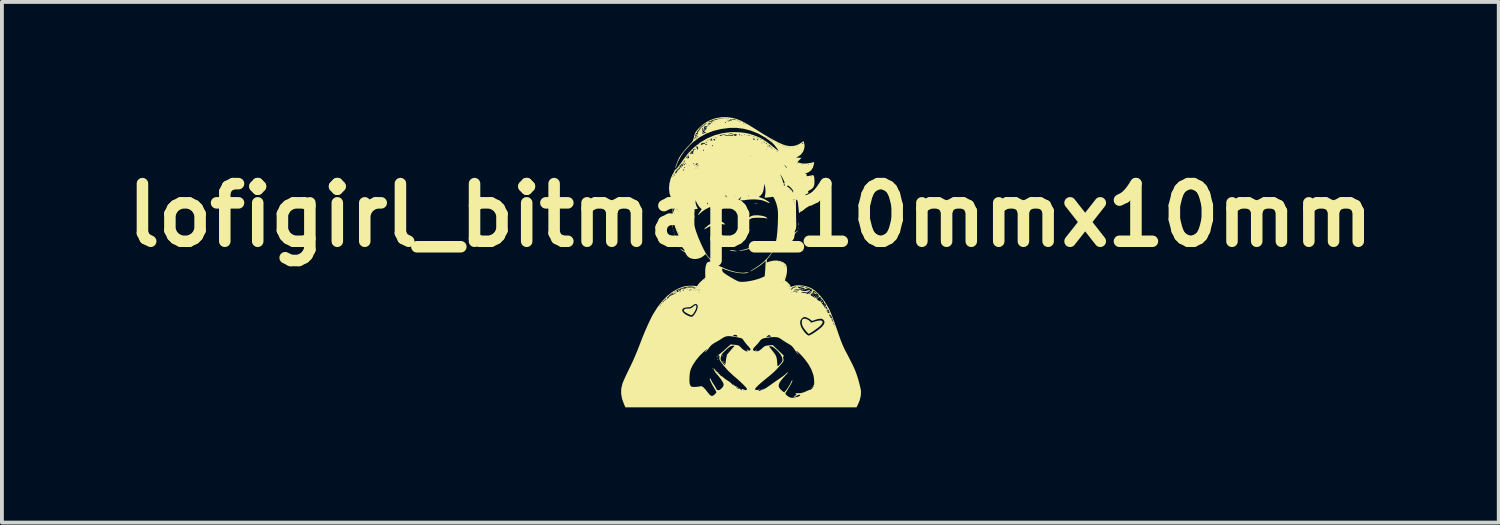
<source format=kicad_pcb>
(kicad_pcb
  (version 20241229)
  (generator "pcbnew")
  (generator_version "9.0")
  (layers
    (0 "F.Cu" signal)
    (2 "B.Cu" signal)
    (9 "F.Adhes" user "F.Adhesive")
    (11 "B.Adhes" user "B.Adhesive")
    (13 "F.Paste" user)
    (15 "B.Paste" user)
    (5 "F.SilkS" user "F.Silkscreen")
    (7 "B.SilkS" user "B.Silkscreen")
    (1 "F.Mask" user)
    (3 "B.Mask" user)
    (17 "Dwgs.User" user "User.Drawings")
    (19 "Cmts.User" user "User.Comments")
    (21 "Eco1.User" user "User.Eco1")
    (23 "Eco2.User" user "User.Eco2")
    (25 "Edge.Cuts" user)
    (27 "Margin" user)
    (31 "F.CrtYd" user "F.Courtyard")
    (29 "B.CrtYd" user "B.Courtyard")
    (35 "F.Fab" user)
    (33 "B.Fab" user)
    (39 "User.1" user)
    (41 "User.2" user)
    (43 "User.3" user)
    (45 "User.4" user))
  (footprint "lofigirl_bitmap_10mmx10mm"
    (layer "F.Cu")
    (at 16.479 2.551)
    (property "Reference" "lofigirl_bitmap_10mmx10mm" (at 0 0 0) (layer "F.SilkS") (effects (font (size 1.5 1.5) (thickness 0.3))))
    (attr board_only exclude_from_pos_files exclude_from_bom)
    (fp_poly (pts (xy -2.103 2.111) (xy -2.111 2.118) (xy -2.118 2.111) (xy -2.111 2.103)) (stroke (width 0) (type solid)) (fill yes) (layer "F.SilkS"))
    (fp_poly (pts (xy -1.941 0.566) (xy -1.949 0.574) (xy -1.956 0.566) (xy -1.949 0.559)) (stroke (width 0) (type solid)) (fill yes) (layer "F.SilkS"))
    (fp_poly (pts (xy -1.912 0.64) (xy -1.919 0.647) (xy -1.927 0.64) (xy -1.919 0.632)) (stroke (width 0) (type solid)) (fill yes) (layer "F.SilkS"))
    (fp_poly (pts (xy -1.838 0.816) (xy -1.846 0.824) (xy -1.853 0.816) (xy -1.846 0.809)) (stroke (width 0) (type solid)) (fill yes) (layer "F.SilkS"))
    (fp_poly (pts (xy -1.838 1.963) (xy -1.846 1.971) (xy -1.853 1.963) (xy -1.846 1.956)) (stroke (width 0) (type solid)) (fill yes) (layer "F.SilkS"))
    (fp_poly (pts (xy -1.824 0.846) (xy -1.831 0.853) (xy -1.838 0.846) (xy -1.831 0.838)) (stroke (width 0) (type solid)) (fill yes) (layer "F.SilkS"))
    (fp_poly (pts (xy -0.927 -0.125) (xy -0.934 -0.118) (xy -0.941 -0.125) (xy -0.934 -0.132)) (stroke (width 0) (type solid)) (fill yes) (layer "F.SilkS"))
    (fp_poly (pts (xy -0.853 3.64) (xy -0.86 3.647) (xy -0.868 3.64) (xy -0.86 3.633)) (stroke (width 0) (type solid)) (fill yes) (layer "F.SilkS"))
    (fp_poly (pts (xy -0.838 3.714) (xy -0.846 3.721) (xy -0.853 3.714) (xy -0.846 3.706)) (stroke (width 0) (type solid)) (fill yes) (layer "F.SilkS"))
    (fp_poly (pts (xy -0.824 3.684) (xy -0.831 3.692) (xy -0.838 3.684) (xy -0.831 3.677)) (stroke (width 0) (type solid)) (fill yes) (layer "F.SilkS"))
    (fp_poly (pts (xy -0.706 3.67) (xy -0.713 3.677) (xy -0.721 3.67) (xy -0.713 3.662)) (stroke (width 0) (type solid)) (fill yes) (layer "F.SilkS"))
    (fp_poly (pts (xy -0.662 3.817) (xy -0.669 3.824) (xy -0.677 3.817) (xy -0.669 3.809)) (stroke (width 0) (type solid)) (fill yes) (layer "F.SilkS"))
    (fp_poly (pts (xy -0.618 3.611) (xy -0.625 3.618) (xy -0.632 3.611) (xy -0.625 3.603)) (stroke (width 0) (type solid)) (fill yes) (layer "F.SilkS"))
    (fp_poly (pts (xy -0.559 3.508) (xy -0.566 3.515) (xy -0.574 3.508) (xy -0.566 3.5)) (stroke (width 0) (type solid)) (fill yes) (layer "F.SilkS"))
    (fp_poly (pts (xy -0.471 3.434) (xy -0.478 3.442) (xy -0.485 3.434) (xy -0.478 3.427)) (stroke (width 0) (type solid)) (fill yes) (layer "F.SilkS"))
    (fp_poly (pts (xy 0.353 4.508) (xy 0.346 4.515) (xy 0.338 4.508) (xy 0.346 4.501)) (stroke (width 0) (type solid)) (fill yes) (layer "F.SilkS"))
    (fp_poly (pts (xy 0.618 0.875) (xy 0.61 0.882) (xy 0.603 0.875) (xy 0.61 0.868)) (stroke (width 0) (type solid)) (fill yes) (layer "F.SilkS"))
    (fp_poly (pts (xy 1.588 4.493) (xy 1.581 4.501) (xy 1.574 4.493) (xy 1.581 4.486)) (stroke (width 0) (type solid)) (fill yes) (layer "F.SilkS"))
    (fp_poly (pts (xy 1.824 2.169) (xy 1.816 2.177) (xy 1.809 2.169) (xy 1.816 2.162)) (stroke (width 0) (type solid)) (fill yes) (layer "F.SilkS"))
    (fp_poly (pts (xy -2.005 0.358) (xy -2.003 0.375) (xy -2.005 0.377) (xy -2.014 0.375) (xy -2.015 0.368) (xy -2.01 0.356)) (stroke (width 0) (type solid)) (fill yes) (layer "F.SilkS"))
    (fp_poly (pts (xy -1.99 0.417) (xy -1.989 0.434) (xy -1.99 0.436) (xy -1.999 0.434) (xy -2 0.427) (xy -1.995 0.414)) (stroke (width 0) (type solid)) (fill yes) (layer "F.SilkS"))
    (fp_poly (pts (xy -1.976 0.461) (xy -1.974 0.478) (xy -1.976 0.48) (xy -1.984 0.478) (xy -1.986 0.471) (xy -1.98 0.459)) (stroke (width 0) (type solid)) (fill yes) (layer "F.SilkS"))
    (fp_poly (pts (xy -1.961 0.505) (xy -1.959 0.522) (xy -1.961 0.525) (xy -1.97 0.523) (xy -1.971 0.515) (xy -1.965 0.503)) (stroke (width 0) (type solid)) (fill yes) (layer "F.SilkS"))
    (fp_poly (pts (xy -1.932 -1.128) (xy -1.93 -1.11) (xy -1.932 -1.108) (xy -1.94 -1.11) (xy -1.941 -1.118) (xy -1.936 -1.13)) (stroke (width 0) (type solid)) (fill yes) (layer "F.SilkS"))
    (fp_poly (pts (xy -1.932 0.593) (xy -1.93 0.611) (xy -1.932 0.613) (xy -1.94 0.611) (xy -1.941 0.603) (xy -1.936 0.591)) (stroke (width 0) (type solid)) (fill yes) (layer "F.SilkS"))
    (fp_poly (pts (xy -1.623 1.873) (xy -1.625 1.882) (xy -1.633 1.883) (xy -1.645 1.877) (xy -1.642 1.873) (xy -1.625 1.871)) (stroke (width 0) (type solid)) (fill yes) (layer "F.SilkS"))
    (fp_poly (pts (xy -1.064 -2.392) (xy -1.062 -2.375) (xy -1.064 -2.373) (xy -1.073 -2.375) (xy -1.074 -2.383) (xy -1.068 -2.395)) (stroke (width 0) (type solid)) (fill yes) (layer "F.SilkS"))
    (fp_poly (pts (xy -1.02 -0.098) (xy -1.022 -0.089) (xy -1.03 -0.088) (xy -1.042 -0.094) (xy -1.039 -0.098) (xy -1.022 -0.1)) (stroke (width 0) (type solid)) (fill yes) (layer "F.SilkS"))
    (fp_poly (pts (xy -0.976 3.976) (xy -0.974 3.993) (xy -0.976 3.996) (xy -0.984 3.994) (xy -0.985 3.986) (xy -0.98 3.974)) (stroke (width 0) (type solid)) (fill yes) (layer "F.SilkS"))
    (fp_poly (pts (xy -0.96 -0.112) (xy -0.964 -0.105) (xy -0.979 -0.104) (xy -0.995 -0.108) (xy -0.988 -0.113) (xy -0.965 -0.115)) (stroke (width 0) (type solid)) (fill yes) (layer "F.SilkS"))
    (fp_poly (pts (xy 1.245 0.328) (xy 1.247 0.346) (xy 1.245 0.348) (xy 1.236 0.346) (xy 1.235 0.338) (xy 1.241 0.326)) (stroke (width 0) (type solid)) (fill yes) (layer "F.SilkS"))
    (fp_poly (pts (xy 1.598 1.946) (xy 1.596 1.955) (xy 1.588 1.956) (xy 1.576 1.951) (xy 1.579 1.946) (xy 1.596 1.945)) (stroke (width 0) (type solid)) (fill yes) (layer "F.SilkS"))
    (fp_poly (pts (xy 1.642 2.079) (xy 1.64 2.087) (xy 1.633 2.088) (xy 1.62 2.083) (xy 1.623 2.079) (xy 1.64 2.077)) (stroke (width 0) (type solid)) (fill yes) (layer "F.SilkS"))
    (fp_poly (pts (xy 1.716 2.079) (xy 1.714 2.087) (xy 1.706 2.088) (xy 1.694 2.083) (xy 1.696 2.079) (xy 1.714 2.077)) (stroke (width 0) (type solid)) (fill yes) (layer "F.SilkS"))
    (fp_poly (pts (xy -1.9 -1.171) (xy -1.884 -1.156) (xy -1.887 -1.147) (xy -1.889 -1.147) (xy -1.901 -1.158) (xy -1.906 -1.164) (xy -1.908 -1.174)) (stroke (width 0) (type solid)) (fill yes) (layer "F.SilkS"))
    (fp_poly (pts (xy -1.508 -1.618) (xy -1.523 -1.605) (xy -1.54 -1.603) (xy -1.544 -1.609) (xy -1.533 -1.618) (xy -1.521 -1.623) (xy -1.506 -1.624)) (stroke (width 0) (type solid)) (fill yes) (layer "F.SilkS"))
    (fp_poly (pts (xy -1.399 -1.774) (xy -1.384 -1.759) (xy -1.387 -1.75) (xy -1.389 -1.75) (xy -1.401 -1.761) (xy -1.406 -1.767) (xy -1.408 -1.777)) (stroke (width 0) (type solid)) (fill yes) (layer "F.SilkS"))
    (fp_poly (pts (xy -0.855 3.742) (xy -0.84 3.756) (xy -0.843 3.765) (xy -0.845 3.765) (xy -0.857 3.755) (xy -0.862 3.748) (xy -0.864 3.738)) (stroke (width 0) (type solid)) (fill yes) (layer "F.SilkS"))
    (fp_poly (pts (xy -0.668 3.852) (xy -0.667 3.861) (xy -0.67 3.881) (xy -0.681 3.873) (xy -0.683 3.869) (xy -0.683 3.851) (xy -0.679 3.848)) (stroke (width 0) (type solid)) (fill yes) (layer "F.SilkS"))
    (fp_poly (pts (xy -0.444 4.404) (xy -0.428 4.417) (xy -0.427 4.42) (xy -0.433 4.427) (xy -0.448 4.413) (xy -0.45 4.41) (xy -0.452 4.4)) (stroke (width 0) (type solid)) (fill yes) (layer "F.SilkS"))
    (fp_poly (pts (xy 1.634 2.038) (xy 1.647 2.052) (xy 1.632 2.059) (xy 1.624 2.059) (xy 1.609 2.052) (xy 1.611 2.044) (xy 1.628 2.036)) (stroke (width 0) (type solid)) (fill yes) (layer "F.SilkS"))
    (fp_poly (pts (xy 2.086 2.624) (xy 2.102 2.639) (xy 2.099 2.647) (xy 2.097 2.647) (xy 2.084 2.637) (xy 2.08 2.63) (xy 2.078 2.62)) (stroke (width 0) (type solid)) (fill yes) (layer "F.SilkS"))
    (fp_poly (pts (xy -2.049 2.069) (xy -2.052 2.074) (xy -2.066 2.088) (xy -2.068 2.088) (xy -2.069 2.079) (xy -2.066 2.074) (xy -2.053 2.06) (xy -2.05 2.059)) (stroke (width 0) (type solid)) (fill yes) (layer "F.SilkS"))
    (fp_poly (pts (xy -1.519 -1.652) (xy -1.522 -1.647) (xy -1.536 -1.633) (xy -1.539 -1.633) (xy -1.54 -1.642) (xy -1.537 -1.647) (xy -1.523 -1.661) (xy -1.52 -1.662)) (stroke (width 0) (type solid)) (fill yes) (layer "F.SilkS"))
    (fp_poly (pts (xy -1.389 -2.109) (xy -1.397 -2.096) (xy -1.415 -2.078) (xy -1.421 -2.074) (xy -1.421 -2.085) (xy -1.417 -2.096) (xy -1.402 -2.115) (xy -1.394 -2.118)) (stroke (width 0) (type solid)) (fill yes) (layer "F.SilkS"))
    (fp_poly (pts (xy -1.211 -2.153) (xy -1.213 -2.147) (xy -1.227 -2.133) (xy -1.229 -2.133) (xy -1.235 -2.144) (xy -1.235 -2.147) (xy -1.224 -2.161) (xy -1.22 -2.162)) (stroke (width 0) (type solid)) (fill yes) (layer "F.SilkS"))
    (fp_poly (pts (xy -0.858 3.672) (xy -0.86 3.677) (xy -0.874 3.691) (xy -0.877 3.692) (xy -0.878 3.682) (xy -0.875 3.677) (xy -0.861 3.663) (xy -0.859 3.662)) (stroke (width 0) (type solid)) (fill yes) (layer "F.SilkS"))
    (fp_poly (pts (xy -0.725 3.642) (xy -0.728 3.647) (xy -0.742 3.662) (xy -0.744 3.662) (xy -0.745 3.653) (xy -0.743 3.647) (xy -0.729 3.633) (xy -0.726 3.633)) (stroke (width 0) (type solid)) (fill yes) (layer "F.SilkS"))
    (fp_poly (pts (xy -0.705 3.806) (xy -0.701 3.817) (xy -0.7 3.836) (xy -0.706 3.839) (xy -0.719 3.827) (xy -0.721 3.817) (xy -0.718 3.797) (xy -0.715 3.795)) (stroke (width 0) (type solid)) (fill yes) (layer "F.SilkS"))
    (fp_poly (pts (xy -0.324 0.625) (xy -0.316 0.632) (xy -0.315 0.645) (xy -0.333 0.643) (xy -0.353 0.632) (xy -0.367 0.621) (xy -0.354 0.618) (xy -0.35 0.618)) (stroke (width 0) (type solid)) (fill yes) (layer "F.SilkS"))
    (fp_poly (pts (xy 0.172 3.507) (xy 0.162 3.515) (xy 0.135 3.528) (xy 0.125 3.529) (xy 0.122 3.523) (xy 0.132 3.515) (xy 0.159 3.503) (xy 0.169 3.501)) (stroke (width 0) (type solid)) (fill yes) (layer "F.SilkS"))
    (fp_poly (pts (xy 0.18 -0.305) (xy 0.187 -0.301) (xy 0.169 -0.299) (xy 0.147 -0.298) (xy 0.115 -0.299) (xy 0.107 -0.302) (xy 0.114 -0.305) (xy 0.157 -0.307)) (stroke (width 0) (type solid)) (fill yes) (layer "F.SilkS"))
    (fp_poly (pts (xy 1.261 0.195) (xy 1.263 0.239) (xy 1.26 0.269) (xy 1.257 0.275) (xy 1.255 0.255) (xy 1.254 0.228) (xy 1.255 0.195) (xy 1.258 0.185)) (stroke (width 0) (type solid)) (fill yes) (layer "F.SilkS"))
    (fp_poly (pts (xy 1.574 1.982) (xy 1.564 2.003) (xy 1.552 2.015) (xy 1.534 2.024) (xy 1.53 2.019) (xy 1.54 1.998) (xy 1.552 1.986) (xy 1.569 1.977)) (stroke (width 0) (type solid)) (fill yes) (layer "F.SilkS"))
    (fp_poly (pts (xy 1.686 2.112) (xy 1.684 2.118) (xy 1.671 2.132) (xy 1.668 2.133) (xy 1.662 2.121) (xy 1.662 2.118) (xy 1.673 2.104) (xy 1.678 2.103)) (stroke (width 0) (type solid)) (fill yes) (layer "F.SilkS"))
    (fp_poly (pts (xy 1.775 2.097) (xy 1.772 2.103) (xy 1.759 2.117) (xy 1.757 2.118) (xy 1.75 2.107) (xy 1.75 2.103) (xy 1.762 2.089) (xy 1.766 2.088)) (stroke (width 0) (type solid)) (fill yes) (layer "F.SilkS"))
    (fp_poly (pts (xy 1.941 2.331) (xy 1.955 2.344) (xy 1.956 2.347) (xy 1.945 2.353) (xy 1.941 2.353) (xy 1.927 2.342) (xy 1.927 2.338) (xy 1.936 2.329)) (stroke (width 0) (type solid)) (fill yes) (layer "F.SilkS"))
    (fp_poly (pts (xy -0.164 0.596) (xy -0.164 0.596) (xy -0.167 0.61) (xy -0.177 0.618) (xy -0.207 0.631) (xy -0.22 0.623) (xy -0.221 0.619) (xy -0.209 0.604) (xy -0.184 0.593)) (stroke (width 0) (type solid)) (fill yes) (layer "F.SilkS"))
    (fp_poly (pts (xy 1.714 2.109) (xy 1.727 2.124) (xy 1.748 2.157) (xy 1.744 2.174) (xy 1.733 2.177) (xy 1.723 2.171) (xy 1.725 2.167) (xy 1.727 2.149) (xy 1.719 2.127) (xy 1.71 2.106)) (stroke (width 0) (type solid)) (fill yes) (layer "F.SilkS"))
    (fp_poly (pts (xy -1.905 0.671) (xy -1.89 0.699) (xy -1.881 0.719) (xy -1.866 0.758) (xy -1.858 0.784) (xy -1.858 0.79) (xy -1.867 0.781) (xy -1.881 0.753) (xy -1.888 0.736) (xy -1.905 0.69) (xy -1.91 0.668)) (stroke (width 0) (type solid)) (fill yes) (layer "F.SilkS"))
    (fp_poly (pts (xy 1.895 2.248) (xy 1.896 2.253) (xy 1.889 2.281) (xy 1.871 2.285) (xy 1.851 2.268) (xy 1.839 2.251) (xy 1.846 2.255) (xy 1.856 2.262) (xy 1.876 2.273) (xy 1.885 2.26) (xy 1.887 2.255) (xy 1.893 2.237)) (stroke (width 0) (type solid)) (fill yes) (layer "F.SilkS"))
    (fp_poly (pts (xy 2.022 2.489) (xy 2.021 2.492) (xy 2.016 2.511) (xy 2.029 2.508) (xy 2.029 2.508) (xy 2.042 2.504) (xy 2.038 2.513) (xy 2.023 2.529) (xy 2.009 2.517) (xy 2.007 2.514) (xy 2.007 2.491) (xy 2.014 2.481) (xy 2.025 2.473)) (stroke (width 0) (type solid)) (fill yes) (layer "F.SilkS"))
    (fp_poly (pts (xy -1.61 -1.534) (xy -1.623 -1.508) (xy -1.642 -1.492) (xy -1.652 -1.496) (xy -1.651 -1.508) (xy -1.647 -1.508) (xy -1.64 -1.5) (xy -1.633 -1.508) (xy -1.64 -1.515) (xy -1.647 -1.508) (xy -1.651 -1.508) (xy -1.65 -1.517) (xy -1.639 -1.53) (xy -1.616 -1.543)) (stroke (width 0) (type solid)) (fill yes) (layer "F.SilkS"))
    (fp_poly (pts (xy -0.482 0.911) (xy -0.433 0.917) (xy -0.379 0.927) (xy -0.353 0.933) (xy -0.349 0.936) (xy -0.367 0.937) (xy -0.399 0.937) (xy -0.439 0.935) (xy -0.477 0.931) (xy -0.482 0.931) (xy -0.514 0.923) (xy -0.529 0.914) (xy -0.529 0.913) (xy -0.516 0.909)) (stroke (width 0) (type solid)) (fill yes) (layer "F.SilkS"))
    (fp_poly (pts (xy 0.042 0.833) (xy 0.03 0.843) (xy 0.002 0.859) (xy -0.058 0.884) (xy -0.132 0.905) (xy -0.207 0.92) (xy -0.269 0.925) (xy -0.272 0.925) (xy -0.298 0.923) (xy -0.301 0.92) (xy -0.277 0.916) (xy -0.236 0.909) (xy -0.167 0.895) (xy -0.093 0.875) (xy -0.053 0.86) (xy -0.002 0.841) (xy 0.03 0.832)) (stroke (width 0) (type solid)) (fill yes) (layer "F.SilkS"))
    (fp_poly (pts (xy 1.677 2.009) (xy 1.705 2.029) (xy 1.706 2.029) (xy 1.73 2.049) (xy 1.732 2.056) (xy 1.712 2.055) (xy 1.71 2.055) (xy 1.677 2.047) (xy 1.662 2.038) (xy 1.65 2.019) (xy 1.664 2.019) (xy 1.668 2.027) (xy 1.683 2.043) (xy 1.691 2.04) (xy 1.691 2.038) (xy 1.681 2.025) (xy 1.674 2.021) (xy 1.664 2.019) (xy 1.65 2.019) (xy 1.648 2.016) (xy 1.652 2.002) (xy 1.658 2.001)) (stroke (width 0) (type solid)) (fill yes) (layer "F.SilkS"))
    (fp_poly (pts (xy -0.75 0.167) (xy -0.724 0.178) (xy -0.699 0.196) (xy -0.672 0.221) (xy -0.661 0.237) (xy -0.662 0.24) (xy -0.679 0.241) (xy -0.716 0.236) (xy -0.748 0.231) (xy -0.837 0.225) (xy -0.937 0.243) (xy -1.04 0.281) (xy -1.105 0.317) (xy -1.16 0.349) (xy -1.191 0.364) (xy -1.199 0.362) (xy -1.186 0.342) (xy -1.161 0.315) (xy -1.08 0.25) (xy -0.982 0.2) (xy -0.877 0.171) (xy -0.84 0.167) (xy -0.786 0.164)) (stroke (width 0) (type solid)) (fill yes) (layer "F.SilkS"))
    (fp_poly (pts (xy -1.414 2.348) (xy -1.405 2.367) (xy -1.405 2.401) (xy -1.419 2.447) (xy -1.443 2.498) (xy -1.472 2.546) (xy -1.502 2.583) (xy -1.529 2.602) (xy -1.535 2.603) (xy -1.557 2.597) (xy -1.596 2.58) (xy -1.633 2.563) (xy -1.678 2.537) (xy -1.713 2.511) (xy -1.727 2.496) (xy -1.732 2.467) (xy -1.711 2.445) (xy -1.67 2.431) (xy -1.617 2.43) (xy -1.571 2.429) (xy -1.537 2.418) (xy -1.499 2.39) (xy -1.495 2.386) (xy -1.454 2.353) (xy -1.429 2.341)) (stroke (width 0) (type solid)) (fill yes) (layer "F.SilkS"))
    (fp_poly (pts (xy 0.266 0.009) (xy 0.352 0.027) (xy 0.379 0.037) (xy 0.417 0.056) (xy 0.438 0.073) (xy 0.44 0.083) (xy 0.42 0.084) (xy 0.401 0.079) (xy 0.369 0.073) (xy 0.317 0.069) (xy 0.251 0.067) (xy 0.206 0.066) (xy 0.133 0.067) (xy 0.082 0.07) (xy 0.045 0.077) (xy 0.015 0.089) (xy -0.005 0.099) (xy -0.044 0.122) (xy -0.065 0.13) (xy -0.072 0.126) (xy -0.074 0.112) (xy -0.061 0.083) (xy -0.027 0.053) (xy 0.019 0.026) (xy 0.07 0.009) (xy 0.083 0.006) (xy 0.171 0.001)) (stroke (width 0) (type solid)) (fill yes) (layer "F.SilkS"))
    (fp_poly (pts (xy 1.449 2.699) (xy 1.491 2.717) (xy 1.53 2.741) (xy 1.558 2.764) (xy 1.566 2.78) (xy 1.568 2.791) (xy 1.578 2.795) (xy 1.602 2.791) (xy 1.644 2.778) (xy 1.68 2.766) (xy 1.76 2.745) (xy 1.822 2.739) (xy 1.863 2.748) (xy 1.882 2.771) (xy 1.876 2.806) (xy 1.845 2.853) (xy 1.829 2.871) (xy 1.798 2.899) (xy 1.753 2.935) (xy 1.7 2.975) (xy 1.644 3.014) (xy 1.593 3.048) (xy 1.55 3.074) (xy 1.524 3.088) (xy 1.519 3.089) (xy 1.505 3.078) (xy 1.478 3.05) (xy 1.444 3.01) (xy 1.438 3.003) (xy 1.389 2.938) (xy 1.359 2.885) (xy 1.343 2.836) (xy 1.338 2.783) (xy 1.338 2.782) (xy 1.346 2.73) (xy 1.369 2.701) (xy 1.412 2.692) (xy 1.416 2.691)) (stroke (width 0) (type solid)) (fill yes) (layer "F.SilkS"))
    (fp_poly (pts (xy -0.591 -2.55) (xy -0.566 -2.547) (xy -0.481 -2.534) (xy -0.402 -2.516) (xy -0.323 -2.491) (xy -0.241 -2.457) (xy -0.151 -2.411) (xy -0.049 -2.353) (xy 0.07 -2.28) (xy 0.143 -2.234) (xy 0.311 -2.128) (xy 0.465 -2.036) (xy 0.605 -1.957) (xy 0.728 -1.894) (xy 0.832 -1.847) (xy 0.911 -1.818) (xy 1.029 -1.797) (xy 1.1 -1.802) (xy 1.221 -1.802) (xy 1.228 -1.794) (xy 1.235 -1.802) (xy 1.228 -1.809) (xy 1.221 -1.802) (xy 1.1 -1.802) (xy 1.142 -1.804) (xy 1.248 -1.84) (xy 1.283 -1.861) (xy 1.338 -1.861) (xy 1.35 -1.858) (xy 1.358 -1.858) (xy 1.376 -1.87) (xy 1.378 -1.877) (xy 1.372 -1.889) (xy 1.358 -1.881) (xy 1.341 -1.865) (xy 1.338 -1.861) (xy 1.283 -1.861) (xy 1.329 -1.889) (xy 1.382 -1.93) (xy 1.397 -1.891) (xy 1.412 -1.813) (xy 1.402 -1.731) (xy 1.372 -1.653) (xy 1.323 -1.586) (xy 1.26 -1.536) (xy 1.245 -1.529) (xy 1.185 -1.502) (xy 1.258 -1.497) (xy 1.331 -1.493) (xy 1.277 -1.437) (xy 1.222 -1.381) (xy 1.262 -1.366) (xy 1.354 -1.345) (xy 1.463 -1.345) (xy 1.586 -1.365) (xy 1.63 -1.377) (xy 1.651 -1.381) (xy 1.659 -1.372) (xy 1.656 -1.343) (xy 1.654 -1.329) (xy 1.628 -1.239) (xy 1.583 -1.17) (xy 1.517 -1.12) (xy 1.463 -1.096) (xy 1.43 -1.083) (xy 1.425 -1.076) (xy 1.439 -1.074) (xy 1.465 -1.069) (xy 1.468 -1.049) (xy 1.466 -1.042) (xy 1.463 -1.027) (xy 1.469 -1.018) (xy 1.488 -1.017) (xy 1.524 -1.022) (xy 1.584 -1.034) (xy 1.599 -1.038) (xy 1.632 -1.042) (xy 1.648 -1.031) (xy 1.658 -1.005) (xy 1.664 -0.969) (xy 1.668 -0.915) (xy 1.669 -0.865) (xy 1.663 -0.788) (xy 1.642 -0.73) (xy 1.602 -0.686) (xy 1.547 -0.652) (xy 1.513 -0.632) (xy 1.498 -0.616) (xy 1.5 -0.611) (xy 1.514 -0.591) (xy 1.501 -0.57) (xy 1.468 -0.553) (xy 1.438 -0.539) (xy 1.433 -0.53) (xy 1.45 -0.518) (xy 1.453 -0.517) (xy 1.486 -0.506) (xy 1.534 -0.501) (xy 1.551 -0.5) (xy 1.618 -0.5) (xy 1.618 -0.437) (xy 1.606 -0.359) (xy 1.573 -0.289) (xy 1.523 -0.234) (xy 1.493 -0.214) (xy 1.445 -0.185) (xy 1.402 -0.151) (xy 1.394 -0.143) (xy 1.363 -0.117) (xy 1.336 -0.103) (xy 1.333 -0.103) (xy 1.308 -0.092) (xy 1.289 -0.072) (xy 1.278 -0.058) (xy 1.27 -0.06) (xy 1.265 -0.081) (xy 1.26 -0.125) (xy 1.258 -0.142) (xy 1.249 -0.232) (xy 1.242 -0.298) (xy 1.235 -0.343) (xy 1.227 -0.373) (xy 1.218 -0.392) (xy 1.208 -0.402) (xy 1.202 -0.407) (xy 1.197 -0.406) (xy 1.193 -0.399) (xy 1.19 -0.382) (xy 1.188 -0.353) (xy 1.187 -0.311) (xy 1.187 -0.251) (xy 1.188 -0.173) (xy 1.189 -0.073) (xy 1.191 0.05) (xy 1.194 0.2) (xy 1.195 0.273) (xy 1.187 0.349) (xy 1.169 0.394) (xy 1.152 0.432) (xy 1.154 0.451) (xy 1.172 0.448) (xy 1.2 0.422) (xy 1.222 0.399) (xy 1.235 0.394) (xy 1.235 0.396) (xy 1.225 0.415) (xy 1.2 0.443) (xy 1.191 0.451) (xy 1.159 0.488) (xy 1.148 0.53) (xy 1.147 0.545) (xy 1.134 0.607) (xy 1.096 0.662) (xy 1.04 0.707) (xy 0.971 0.739) (xy 0.894 0.756) (xy 0.814 0.755) (xy 0.759 0.743) (xy 0.717 0.731) (xy 0.686 0.728) (xy 0.677 0.731) (xy 0.665 0.751) (xy 0.651 0.788) (xy 0.647 0.799) (xy 0.635 0.832) (xy 0.625 0.849) (xy 0.623 0.849) (xy 0.624 0.833) (xy 0.634 0.799) (xy 0.641 0.778) (xy 0.666 0.688) (xy 0.687 0.573) (xy 0.702 0.431) (xy 0.713 0.261) (xy 0.716 0.184) (xy 0.719 0.076) (xy 0.719 -0.008) (xy 0.718 -0.075) (xy 0.714 -0.131) (xy 0.707 -0.18) (xy 0.701 -0.21) (xy 0.685 -0.272) (xy 1.147 -0.272) (xy 1.155 -0.265) (xy 1.162 -0.272) (xy 1.155 -0.279) (xy 1.147 -0.272) (xy 0.685 -0.272) (xy 0.684 -0.277) (xy 0.666 -0.331) (xy 1.147 -0.331) (xy 1.155 -0.324) (xy 1.162 -0.331) (xy 1.155 -0.338) (xy 1.147 -0.331) (xy 0.666 -0.331) (xy 0.662 -0.342) (xy 0.661 -0.346) (xy 1.118 -0.346) (xy 1.125 -0.338) (xy 1.132 -0.346) (xy 1.125 -0.353) (xy 1.118 -0.346) (xy 0.661 -0.346) (xy 0.645 -0.384) (xy 1.122 -0.384) (xy 1.132 -0.391) (xy 1.134 -0.393) (xy 1.146 -0.412) (xy 1.144 -0.42) (xy 1.133 -0.415) (xy 1.126 -0.401) (xy 1.122 -0.384) (xy 0.645 -0.384) (xy 0.639 -0.401) (xy 0.615 -0.447) (xy 0.594 -0.475) (xy 0.581 -0.48) (xy 0.558 -0.475) (xy 0.516 -0.469) (xy 0.464 -0.463) (xy 0.411 -0.458) (xy 0.382 -0.457) (xy 0.371 -0.463) (xy 0.372 -0.475) (xy 0.374 -0.48) (xy 0.386 -0.53) (xy 0.393 -0.596) (xy 0.393 -0.64) (xy 1.03 -0.64) (xy 1.037 -0.632) (xy 1.044 -0.64) (xy 1.037 -0.647) (xy 1.03 -0.64) (xy 0.393 -0.64) (xy 0.393 -0.667) (xy 0.392 -0.669) (xy 1.015 -0.669) (xy 1.022 -0.662) (xy 1.03 -0.669) (xy 1.022 -0.677) (xy 1.015 -0.669) (xy 0.392 -0.669) (xy 0.386 -0.729) (xy 0.382 -0.748) (xy 0.956 -0.748) (xy 0.968 -0.739) (xy 0.999 -0.721) (xy 1.036 -0.689) (xy 1.071 -0.654) (xy 1.093 -0.623) (xy 1.096 -0.617) (xy 1.108 -0.592) (xy 1.115 -0.595) (xy 1.118 -0.62) (xy 1.108 -0.647) (xy 1.081 -0.685) (xy 1.051 -0.718) (xy 1.013 -0.754) (xy 0.988 -0.77) (xy 0.972 -0.77) (xy 0.967 -0.765) (xy 0.956 -0.748) (xy 0.382 -0.748) (xy 0.381 -0.75) (xy 0.37 -0.787) (xy 0.868 -0.787) (xy 0.876 -0.767) (xy 0.882 -0.765) (xy 0.896 -0.777) (xy 0.897 -0.787) (xy 0.889 -0.806) (xy 0.882 -0.809) (xy 0.869 -0.797) (xy 0.868 -0.787) (xy 0.37 -0.787) (xy 0.362 -0.816) (xy 0.353 -0.721) (xy 0.336 -0.627) (xy 0.306 -0.557) (xy 0.26 -0.507) (xy 0.256 -0.504) (xy 0.217 -0.476) (xy 0.305 -0.444) (xy 0.363 -0.419) (xy 0.42 -0.387) (xy 0.468 -0.355) (xy 0.499 -0.326) (xy 0.505 -0.316) (xy 0.496 -0.314) (xy 0.468 -0.324) (xy 0.428 -0.342) (xy 0.368 -0.367) (xy 0.302 -0.389) (xy 0.266 -0.397) (xy 0.193 -0.406) (xy 0.105 -0.411) (xy 0.016 -0.41) (xy -0.065 -0.404) (xy -0.118 -0.396) (xy -0.17 -0.388) (xy -0.22 -0.388) (xy -0.232 -0.39) (xy -0.264 -0.397) (xy -0.271 -0.408) (xy -0.259 -0.429) (xy -0.258 -0.431) (xy -0.238 -0.462) (xy -0.238 -0.472) (xy -0.257 -0.46) (xy -0.278 -0.441) (xy -0.315 -0.411) (xy -0.356 -0.39) (xy -0.391 -0.383) (xy -0.408 -0.388) (xy -0.407 -0.405) (xy -0.4 -0.415) (xy -0.384 -0.438) (xy -0.382 -0.446) (xy -0.39 -0.444) (xy -0.409 -0.422) (xy -0.427 -0.399) (xy -0.454 -0.365) (xy -0.476 -0.342) (xy -0.483 -0.338) (xy -0.511 -0.35) (xy -0.547 -0.381) (xy -0.583 -0.424) (xy -0.611 -0.468) (xy -0.616 -0.478) (xy -0.382 -0.478) (xy -0.375 -0.471) (xy -0.368 -0.478) (xy -0.375 -0.485) (xy -0.382 -0.478) (xy -0.616 -0.478) (xy -0.628 -0.5) (xy -0.059 -0.5) (xy -0.053 -0.488) (xy -0.049 -0.49) (xy -0.047 -0.508) (xy -0.049 -0.51) (xy -0.058 -0.508) (xy -0.059 -0.5) (xy -0.628 -0.5) (xy -0.648 -0.537) (xy -0.638 -0.456) (xy -0.63 -0.391) (xy -0.627 -0.35) (xy -0.63 -0.328) (xy -0.638 -0.318) (xy -0.654 -0.315) (xy -0.654 -0.315) (xy -0.69 -0.309) (xy -0.725 -0.297) (xy -0.771 -0.284) (xy -0.809 -0.279) (xy -0.842 -0.275) (xy -0.859 -0.267) (xy -0.877 -0.257) (xy -0.914 -0.249) (xy -0.93 -0.247) (xy -1.003 -0.23) (xy -1.087 -0.196) (xy -1.172 -0.151) (xy -1.248 -0.1) (xy -1.294 -0.061) (xy -1.336 -0.02) (xy -1.36 -0.002) (xy -1.364 -0.007) (xy -1.35 -0.034) (xy -1.318 -0.084) (xy -1.317 -0.085) (xy -1.267 -0.158) (xy -1.312 -0.2) (xy -1.345 -0.239) (xy -1.378 -0.29) (xy -1.391 -0.316) (xy -1.129 -0.316) (xy -1.117 -0.293) (xy -1.103 -0.28) (xy -1.101 -0.279) (xy -1.098 -0.29) (xy -1.106 -0.308) (xy -1.122 -0.329) (xy -1.129 -0.332) (xy -1.129 -0.316) (xy -1.391 -0.316) (xy -1.392 -0.316) (xy -1.416 -0.369) (xy -0.897 -0.369) (xy -0.886 -0.354) (xy -0.882 -0.353) (xy -0.868 -0.358) (xy -0.868 -0.359) (xy -0.878 -0.372) (xy -0.882 -0.375) (xy -0.896 -0.374) (xy -0.897 -0.369) (xy -1.416 -0.369) (xy -1.426 -0.39) (xy -1.426 -0.338) (xy -1.42 -0.29) (xy -1.402 -0.239) (xy -1.397 -0.228) (xy -1.377 -0.189) (xy -1.371 -0.169) (xy -1.377 -0.162) (xy -1.398 -0.162) (xy -1.402 -0.162) (xy -1.441 -0.156) (xy -1.468 -0.137) (xy -1.485 -0.099) (xy -1.494 -0.039) (xy -1.497 -0.004) (xy -1.499 0.055) (xy -1.496 0.106) (xy -1.488 0.16) (xy -1.472 0.226) (xy -1.457 0.277) (xy -1.408 0.436) (xy -1.35 0.591) (xy -1.28 0.752) (xy -1.225 0.868) (xy -1.184 0.947) (xy -1.149 1.007) (xy -1.112 1.059) (xy -1.067 1.111) (xy -1.023 1.156) (xy -0.96 1.217) (xy -0.905 1.263) (xy -0.848 1.3) (xy -0.778 1.337) (xy -0.765 1.343) (xy -0.641 1.397) (xy -0.516 1.441) (xy -0.395 1.473) (xy -0.282 1.493) (xy -0.183 1.499) (xy -0.103 1.489) (xy -0.097 1.488) (xy -0.062 1.479) (xy -0.051 1.481) (xy -0.056 1.489) (xy -0.091 1.506) (xy -0.149 1.513) (xy -0.224 1.512) (xy -0.313 1.503) (xy -0.409 1.486) (xy -0.509 1.462) (xy -0.607 1.431) (xy -0.62 1.427) (xy -0.737 1.384) (xy -0.733 1.431) (xy -0.726 1.458) (xy -0.71 1.482) (xy -0.678 1.51) (xy -0.632 1.541) (xy -0.572 1.58) (xy -0.5 1.623) (xy -0.429 1.664) (xy -0.418 1.67) (xy -0.357 1.702) (xy -0.312 1.722) (xy -0.272 1.732) (xy -0.229 1.735) (xy -0.204 1.735) (xy -0.113 1.729) (xy -0.005 1.712) (xy 0.106 1.688) (xy 0.211 1.657) (xy 0.258 1.64) (xy 0.294 1.625) (xy 0.882 1.625) (xy 0.89 1.633) (xy 0.897 1.625) (xy 0.89 1.618) (xy 0.882 1.625) (xy 0.294 1.625) (xy 0.308 1.619) (xy 0.348 1.602) (xy 0.369 1.591) (xy 0.37 1.59) (xy 0.374 1.573) (xy 0.379 1.532) (xy 0.384 1.473) (xy 0.388 1.402) (xy 0.389 1.384) (xy 0.392 1.331) (xy 0.912 1.331) (xy 0.919 1.338) (xy 0.927 1.331) (xy 0.919 1.324) (xy 0.912 1.331) (xy 0.392 1.331) (xy 0.393 1.316) (xy 0.882 1.316) (xy 0.89 1.324) (xy 0.897 1.316) (xy 0.89 1.309) (xy 0.882 1.316) (xy 0.393 1.316) (xy 0.399 1.187) (xy 0.324 1.253) (xy 0.279 1.289) (xy 0.22 1.331) (xy 0.154 1.374) (xy 0.09 1.414) (xy 0.034 1.446) (xy -0.006 1.464) (xy -0.007 1.465) (xy -0.009 1.462) (xy 0.012 1.447) (xy 0.05 1.422) (xy 0.084 1.401) (xy 0.23 1.304) (xy 0.352 1.207) (xy 0.453 1.104) (xy 0.539 0.992) (xy 0.558 0.963) (xy 0.582 0.928) (xy 0.598 0.908) (xy 0.603 0.907) (xy 0.595 0.925) (xy 0.574 0.96) (xy 0.544 1.005) (xy 0.512 1.052) (xy 0.48 1.095) (xy 0.455 1.127) (xy 0.442 1.14) (xy 0.431 1.16) (xy 0.427 1.19) (xy 0.427 1.231) (xy 0.435 1.228) (xy 0.794 1.228) (xy 0.802 1.235) (xy 0.809 1.228) (xy 0.802 1.221) (xy 0.794 1.228) (xy 0.435 1.228) (xy 0.478 1.213) (xy 0.721 1.213) (xy 0.728 1.221) (xy 0.735 1.213) (xy 0.728 1.206) (xy 0.721 1.213) (xy 0.478 1.213) (xy 0.511 1.202) (xy 0.601 1.182) (xy 0.692 1.18) (xy 0.778 1.194) (xy 0.853 1.224) (xy 0.911 1.268) (xy 0.933 1.296) (xy 0.949 1.346) (xy 0.955 1.415) (xy 0.951 1.494) (xy 0.935 1.576) (xy 0.927 1.605) (xy 0.899 1.697) (xy 0.931 1.719) (xy 0.97 1.751) (xy 1.006 1.788) (xy 1.034 1.822) (xy 1.044 1.847) (xy 1.044 1.847) (xy 1.045 1.862) (xy 1.053 1.866) (xy 1.076 1.859) (xy 1.101 1.849) (xy 1.23 1.849) (xy 1.25 1.851) (xy 1.271 1.849) (xy 1.269 1.843) (xy 1.238 1.841) (xy 1.232 1.843) (xy 1.23 1.849) (xy 1.101 1.849) (xy 1.108 1.846) (xy 1.181 1.828) (xy 1.271 1.824) (xy 1.371 1.833) (xy 1.471 1.856) (xy 1.565 1.89) (xy 1.578 1.896) (xy 1.662 1.949) (xy 1.751 2.026) (xy 1.84 2.122) (xy 1.925 2.234) (xy 2.004 2.358) (xy 2.06 2.463) (xy 2.084 2.518) (xy 2.116 2.596) (xy 2.152 2.69) (xy 2.191 2.795) (xy 2.23 2.904) (xy 2.258 2.986) (xy 2.304 3.119) (xy 2.344 3.23) (xy 2.38 3.324) (xy 2.415 3.406) (xy 2.45 3.483) (xy 2.489 3.559) (xy 2.49 3.559) (xy 2.56 3.693) (xy 2.617 3.805) (xy 2.665 3.9) (xy 2.703 3.983) (xy 2.735 4.058) (xy 2.761 4.128) (xy 2.785 4.199) (xy 2.808 4.275) (xy 2.81 4.28) (xy 2.832 4.362) (xy 2.852 4.442) (xy 2.868 4.511) (xy 2.877 4.563) (xy 2.879 4.574) (xy 2.876 4.691) (xy 2.848 4.813) (xy 2.807 4.912) (xy 2.763 5.001) (xy -0.245 5.001) (xy -3.252 5.001) (xy -3.289 4.917) (xy -3.34 4.777) (xy -3.363 4.643) (xy -3.36 4.514) (xy -3.33 4.384) (xy -3.329 4.383) (xy -3.314 4.343) (xy -3.296 4.3) (xy -1.586 4.3) (xy -1.581 4.374) (xy -1.566 4.425) (xy -1.542 4.456) (xy -1.52 4.466) (xy -1.482 4.469) (xy -1.428 4.469) (xy -1.369 4.464) (xy -1.318 4.457) (xy -1.293 4.45) (xy -1.262 4.453) (xy -1.22 4.482) (xy -1.168 4.537) (xy -1.11 4.61) (xy -1.065 4.666) (xy -1.029 4.697) (xy -0.996 4.705) (xy -0.961 4.691) (xy -0.928 4.664) (xy -0.9 4.634) (xy -0.884 4.612) (xy -0.882 4.608) (xy -0.89 4.59) (xy -0.902 4.567) (xy -0.191 4.567) (xy -0.184 4.574) (xy -0.176 4.567) (xy -0.184 4.559) (xy -0.191 4.567) (xy -0.902 4.567) (xy -0.909 4.554) (xy -0.937 4.506) (xy -0.95 4.485) (xy -0.986 4.424) (xy -1.018 4.362) (xy -1.043 4.308) (xy -1.057 4.269) (xy -1.059 4.256) (xy -1.052 4.248) (xy -1.037 4.257) (xy -1.024 4.278) (xy -1.021 4.284) (xy -1.009 4.311) (xy -0.984 4.355) (xy -0.953 4.406) (xy -0.947 4.414) (xy -0.917 4.462) (xy -0.894 4.501) (xy -0.883 4.525) (xy -0.882 4.527) (xy -0.87 4.545) (xy -0.841 4.553) (xy -0.808 4.55) (xy -0.796 4.546) (xy -0.769 4.525) (xy -0.736 4.492) (xy -0.728 4.483) (xy -0.702 4.445) (xy -0.695 4.41) (xy -0.697 4.392) (xy -0.713 4.353) (xy -0.745 4.299) (xy -0.79 4.236) (xy -0.842 4.171) (xy -0.884 4.125) (xy -0.898 4.108) (xy -0.851 4.108) (xy -0.847 4.116) (xy -0.832 4.132) (xy -0.824 4.128) (xy -0.824 4.126) (xy -0.834 4.114) (xy -0.841 4.109) (xy -0.851 4.108) (xy -0.898 4.108) (xy -0.917 4.084) (xy -0.942 4.042) (xy -0.95 4.023) (xy -0.953 4.008) (xy -0.949 4.008) (xy -0.921 4.041) (xy -0.895 4.069) (xy -0.883 4.073) (xy -0.882 4.069) (xy -0.892 4.057) (xy -0.916 4.036) (xy -0.949 4.008) (xy -0.953 4.008) (xy -0.96 3.978) (xy -0.915 4.021) (xy -0.887 4.049) (xy -0.873 4.069) (xy -0.872 4.072) (xy -0.866 4.081) (xy -0.844 4.092) (xy -0.819 4.117) (xy -0.799 4.144) (xy -0.794 4.158) (xy -0.786 4.171) (xy -0.78 4.17) (xy -0.766 4.172) (xy -0.765 4.179) (xy -0.76 4.19) (xy -0.756 4.188) (xy -0.742 4.192) (xy -0.714 4.212) (xy -0.694 4.23) (xy -0.658 4.261) (xy -0.626 4.283) (xy -0.615 4.288) (xy -0.593 4.302) (xy -0.588 4.311) (xy -0.579 4.319) (xy -0.575 4.317) (xy -0.557 4.321) (xy -0.546 4.335) (xy -0.533 4.351) (xy -0.53 4.349) (xy -0.521 4.352) (xy -0.499 4.373) (xy -0.485 4.389) (xy -0.447 4.424) (xy -0.418 4.432) (xy -0.416 4.431) (xy -0.4 4.429) (xy -0.403 4.439) (xy -0.403 4.451) (xy -0.394 4.449) (xy -0.37 4.453) (xy -0.339 4.471) (xy -0.338 4.471) (xy -0.318 4.49) (xy -0.317 4.5) (xy -0.319 4.5) (xy -0.342 4.49) (xy -0.346 4.486) (xy -0.367 4.472) (xy -0.372 4.471) (xy -0.374 4.478) (xy -0.357 4.493) (xy -0.329 4.51) (xy -0.313 4.514) (xy -0.281 4.513) (xy -0.259 4.519) (xy -0.256 4.528) (xy -0.252 4.542) (xy -0.233 4.554) (xy -0.213 4.555) (xy -0.209 4.552) (xy -0.213 4.545) (xy -0.221 4.545) (xy -0.233 4.54) (xy -0.225 4.529) (xy -0.204 4.522) (xy -0.172 4.537) (xy -0.171 4.538) (xy -0.133 4.553) (xy -0.103 4.55) (xy -0.089 4.529) (xy -0.088 4.524) (xy -0.099 4.502) (xy -0.13 4.465) (xy -0.177 4.415) (xy -0.237 4.357) (xy -0.307 4.292) (xy -0.383 4.225) (xy -0.433 4.184) (xy -0.581 4.046) (xy -0.693 3.916) (xy -0.742 3.853) (xy -0.775 3.809) (xy -0.794 3.776) (xy -0.804 3.751) (xy -0.805 3.744) (xy -0.775 3.744) (xy -0.768 3.773) (xy -0.749 3.806) (xy -0.725 3.838) (xy -0.695 3.874) (xy -0.671 3.896) (xy -0.66 3.9) (xy -0.654 3.882) (xy -0.645 3.842) (xy -0.637 3.788) (xy -0.634 3.766) (xy -0.624 3.706) (xy -0.613 3.656) (xy -0.602 3.624) (xy -0.599 3.619) (xy -0.581 3.598) (xy -0.549 3.561) (xy -0.51 3.515) (xy -0.495 3.497) (xy -0.409 3.397) (xy -0.462 3.397) (xy -0.49 3.401) (xy -0.519 3.413) (xy -0.555 3.437) (xy -0.603 3.478) (xy -0.621 3.494) (xy -0.679 3.548) (xy -0.719 3.59) (xy -0.745 3.627) (xy -0.76 3.664) (xy -0.771 3.709) (xy -0.771 3.71) (xy -0.775 3.744) (xy -0.805 3.744) (xy -0.806 3.727) (xy -0.805 3.705) (xy -0.803 3.667) (xy -0.809 3.652) (xy -0.817 3.653) (xy -0.831 3.651) (xy -0.829 3.639) (xy -0.814 3.62) (xy -0.807 3.618) (xy -0.792 3.609) (xy -0.76 3.583) (xy -0.715 3.545) (xy -0.662 3.498) (xy -0.654 3.491) (xy -0.513 3.364) (xy -0.407 3.373) (xy -0.349 3.38) (xy -0.311 3.39) (xy -0.284 3.405) (xy -0.266 3.423) (xy -0.213 3.477) (xy -0.159 3.517) (xy -0.112 3.54) (xy -0.09 3.544) (xy -0.064 3.542) (xy -0.065 3.534) (xy -0.077 3.524) (xy -0.1 3.502) (xy -0.099 3.494) (xy -0.076 3.503) (xy -0.065 3.51) (xy -0.037 3.525) (xy -0.019 3.523) (xy -0.005 3.512) (xy 0.005 3.498) (xy 0.004 3.491) (xy 0.068 3.491) (xy 0.073 3.516) (xy 0.103 3.533) (xy 0.125 3.538) (xy 0.176 3.542) (xy 0.222 3.53) (xy 0.269 3.498) (xy 0.309 3.463) (xy 0.347 3.428) (xy 0.371 3.412) (xy 0.484 3.412) (xy 0.582 3.539) (xy 0.621 3.589) (xy 0.649 3.629) (xy 0.669 3.668) (xy 0.682 3.709) (xy 0.692 3.76) (xy 0.698 3.828) (xy 0.705 3.918) (xy 0.706 3.927) (xy 0.715 3.929) (xy 0.74 3.911) (xy 0.773 3.878) (xy 0.815 3.825) (xy 0.836 3.784) (xy 0.838 3.764) (xy 0.824 3.694) (xy 0.783 3.618) (xy 0.716 3.539) (xy 0.677 3.502) (xy 0.622 3.455) (xy 0.582 3.427) (xy 0.549 3.414) (xy 0.53 3.412) (xy 0.484 3.412) (xy 0.371 3.412) (xy 0.378 3.408) (xy 0.414 3.397) (xy 0.467 3.39) (xy 0.478 3.389) (xy 0.581 3.379) (xy 0.641 3.436) (xy 0.681 3.475) (xy 0.733 3.523) (xy 0.785 3.573) (xy 0.792 3.579) (xy 0.842 3.627) (xy 0.871 3.658) (xy 0.881 3.674) (xy 0.873 3.676) (xy 0.863 3.672) (xy 0.852 3.673) (xy 0.85 3.691) (xy 0.858 3.728) (xy 0.864 3.762) (xy 0.863 3.787) (xy 0.852 3.812) (xy 0.827 3.846) (xy 0.801 3.878) (xy 0.735 3.955) (xy 0.676 4.02) (xy 0.617 4.078) (xy 0.55 4.138) (xy 0.468 4.206) (xy 0.441 4.228) (xy 0.33 4.318) (xy 0.242 4.394) (xy 0.178 4.454) (xy 0.138 4.498) (xy 0.121 4.526) (xy 0.121 4.532) (xy 0.14 4.547) (xy 0.177 4.55) (xy 0.223 4.54) (xy 0.228 4.538) (xy 0.248 4.532) (xy 0.245 4.537) (xy 0.229 4.551) (xy 0.209 4.568) (xy 0.213 4.574) (xy 0.231 4.574) (xy 0.26 4.565) (xy 0.27 4.552) (xy 0.27 4.552) (xy 0.279 4.552) (xy 0.287 4.559) (xy 0.294 4.552) (xy 0.287 4.545) (xy 0.279 4.552) (xy 0.27 4.552) (xy 0.288 4.538) (xy 0.3 4.539) (xy 0.323 4.539) (xy 0.359 4.525) (xy 0.41 4.496) (xy 0.479 4.45) (xy 0.522 4.419) (xy 0.581 4.377) (xy 0.653 4.326) (xy 0.726 4.276) (xy 0.757 4.255) (xy 0.815 4.215) (xy 0.866 4.178) (xy 0.904 4.147) (xy 0.919 4.133) (xy 0.951 4.104) (xy 0.978 4.086) (xy 0.983 4.088) (xy 0.97 4.107) (xy 0.942 4.139) (xy 0.932 4.149) (xy 0.852 4.236) (xy 0.794 4.308) (xy 0.757 4.366) (xy 0.739 4.416) (xy 0.739 4.459) (xy 0.757 4.499) (xy 0.791 4.538) (xy 0.842 4.585) (xy 0.877 4.608) (xy 0.894 4.607) (xy 0.897 4.597) (xy 0.904 4.577) (xy 0.91 4.574) (xy 0.925 4.562) (xy 0.949 4.531) (xy 0.979 4.488) (xy 1.009 4.439) (xy 1.037 4.392) (xy 1.056 4.352) (xy 1.06 4.342) (xy 1.075 4.31) (xy 1.089 4.295) (xy 1.09 4.295) (xy 1.095 4.306) (xy 1.085 4.338) (xy 1.062 4.386) (xy 1.028 4.446) (xy 0.985 4.515) (xy 0.985 4.516) (xy 0.952 4.567) (xy 0.927 4.609) (xy 0.914 4.637) (xy 0.912 4.642) (xy 0.924 4.666) (xy 0.954 4.696) (xy 0.995 4.724) (xy 1.026 4.74) (xy 1.062 4.751) (xy 1.099 4.752) (xy 1.152 4.744) (xy 1.159 4.742) (xy 1.209 4.731) (xy 1.25 4.72) (xy 1.267 4.714) (xy 1.292 4.696) (xy 1.299 4.686) (xy 1.294 4.674) (xy 1.271 4.673) (xy 1.239 4.681) (xy 1.21 4.696) (xy 1.206 4.699) (xy 1.176 4.718) (xy 1.149 4.728) (xy 1.133 4.726) (xy 1.132 4.723) (xy 1.144 4.709) (xy 1.171 4.693) (xy 1.197 4.68) (xy 1.199 4.669) (xy 1.182 4.655) (xy 1.17 4.644) (xy 1.174 4.637) (xy 1.199 4.634) (xy 1.249 4.633) (xy 1.25 4.633) (xy 1.318 4.629) (xy 1.379 4.614) (xy 1.439 4.589) (xy 1.488 4.567) (xy 1.528 4.551) (xy 1.55 4.545) (xy 1.551 4.545) (xy 1.577 4.535) (xy 1.604 4.514) (xy 1.623 4.488) (xy 1.624 4.47) (xy 1.622 4.459) (xy 1.633 4.464) (xy 1.646 4.466) (xy 1.644 4.446) (xy 1.644 4.444) (xy 1.642 4.423) (xy 1.649 4.42) (xy 1.657 4.413) (xy 1.661 4.384) (xy 1.662 4.338) (xy 1.659 4.284) (xy 1.653 4.227) (xy 1.644 4.175) (xy 1.64 4.158) (xy 1.59 4.019) (xy 1.512 3.878) (xy 1.408 3.737) (xy 1.325 3.644) (xy 1.273 3.591) (xy 1.234 3.554) (xy 1.208 3.534) (xy 1.198 3.532) (xy 1.205 3.55) (xy 1.229 3.585) (xy 1.249 3.613) (xy 1.251 3.623) (xy 1.243 3.618) (xy 1.222 3.595) (xy 1.192 3.556) (xy 1.158 3.507) (xy 1.152 3.498) (xy 1.112 3.441) (xy 1.074 3.401) (xy 1.026 3.367) (xy 0.992 3.347) (xy 0.93 3.311) (xy 0.865 3.269) (xy 0.819 3.237) (xy 0.77 3.204) (xy 0.724 3.183) (xy 0.673 3.173) (xy 0.609 3.171) (xy 0.525 3.177) (xy 0.507 3.179) (xy 0.421 3.189) (xy 0.358 3.201) (xy 0.313 3.216) (xy 0.281 3.236) (xy 0.255 3.264) (xy 0.246 3.277) (xy 0.216 3.316) (xy 0.174 3.364) (xy 0.134 3.405) (xy 0.088 3.455) (xy 0.068 3.491) (xy 0.004 3.491) (xy 0.003 3.482) (xy -0.012 3.459) (xy -0.044 3.421) (xy -0.061 3.403) (xy -0.105 3.353) (xy -0.144 3.304) (xy -0.172 3.264) (xy -0.174 3.262) (xy -0.191 3.235) (xy -0.209 3.216) (xy -0.232 3.203) (xy -0.268 3.192) (xy -0.321 3.181) (xy -0.384 3.169) (xy -0.389 3.168) (xy 0.419 3.168) (xy 0.421 3.173) (xy 0.431 3.171) (xy 0.466 3.164) (xy 0.505 3.162) (xy 0.535 3.16) (xy 0.54 3.154) (xy 0.523 3.14) (xy 0.496 3.122) (xy 0.474 3.122) (xy 0.447 3.142) (xy 0.439 3.149) (xy 0.419 3.168) (xy -0.389 3.168) (xy -0.477 3.154) (xy -0.549 3.147) (xy -0.605 3.149) (xy -0.652 3.161) (xy -0.698 3.183) (xy -0.737 3.207) (xy -0.799 3.247) (xy -0.868 3.288) (xy -0.916 3.314) (xy -0.972 3.348) (xy -1.019 3.386) (xy -1.065 3.439) (xy -1.084 3.464) (xy -1.12 3.511) (xy -1.152 3.548) (xy -1.175 3.569) (xy -1.179 3.572) (xy -1.182 3.566) (xy -1.168 3.546) (xy -1.155 3.532) (xy -1.128 3.501) (xy -1.122 3.488) (xy -1.134 3.492) (xy -1.163 3.513) (xy -1.208 3.551) (xy -1.222 3.563) (xy -1.324 3.663) (xy -1.416 3.776) (xy -1.493 3.892) (xy -1.521 3.946) (xy -1.547 4.001) (xy -1.563 4.05) (xy -1.574 4.101) (xy -1.58 4.167) (xy -1.583 4.2) (xy -1.586 4.3) (xy -3.296 4.3) (xy -3.288 4.284) (xy -3.255 4.21) (xy -3.216 4.127) (xy -3.18 4.052) (xy -3.113 3.915) (xy -3.057 3.795) (xy -3.007 3.682) (xy -2.959 3.568) (xy -2.909 3.443) (xy -2.86 3.317) (xy -2.802 3.166) (xy -2.79 3.137) (xy -0.451 3.137) (xy -0.439 3.143) (xy -0.407 3.15) (xy -0.349 3.16) (xy -0.339 3.151) (xy -0.338 3.148) (xy -0.351 3.126) (xy -0.38 3.114) (xy -0.415 3.115) (xy -0.43 3.121) (xy -0.447 3.13) (xy -0.451 3.137) (xy -2.79 3.137) (xy -2.741 3.019) (xy -2.68 2.88) (xy -2.645 2.803) (xy 1.295 2.803) (xy 1.311 2.877) (xy 1.329 2.919) (xy 1.361 2.976) (xy 1.401 3.032) (xy 1.443 3.08) (xy 1.483 3.116) (xy 1.514 3.132) (xy 1.519 3.133) (xy 1.544 3.125) (xy 1.587 3.103) (xy 1.639 3.072) (xy 1.676 3.048) (xy 1.779 2.975) (xy 1.854 2.912) (xy 1.873 2.89) (xy 2.191 2.89) (xy 2.199 2.897) (xy 2.206 2.89) (xy 2.199 2.883) (xy 2.191 2.89) (xy 1.873 2.89) (xy 1.903 2.856) (xy 1.927 2.807) (xy 1.927 2.804) (xy 2.163 2.804) (xy 2.166 2.829) (xy 2.175 2.853) (xy 2.184 2.864) (xy 2.186 2.863) (xy 2.186 2.847) (xy 2.178 2.822) (xy 2.168 2.802) (xy 2.163 2.804) (xy 1.927 2.804) (xy 1.927 2.764) (xy 1.903 2.725) (xy 1.902 2.724) (xy 1.877 2.703) (xy 1.851 2.694) (xy 1.812 2.695) (xy 1.791 2.698) (xy 1.738 2.708) (xy 1.691 2.722) (xy 1.675 2.729) (xy 1.628 2.748) (xy 1.595 2.745) (xy 1.572 2.726) (xy 1.542 2.702) (xy 1.496 2.677) (xy 1.448 2.657) (xy 1.409 2.648) (xy 1.407 2.648) (xy 1.38 2.657) (xy 1.346 2.682) (xy 1.337 2.69) (xy 1.303 2.741) (xy 1.295 2.803) (xy -2.645 2.803) (xy -2.622 2.754) (xy -2.569 2.646) (xy -2.534 2.581) (xy -2.456 2.456) (xy -1.773 2.456) (xy -1.771 2.494) (xy -1.744 2.536) (xy -1.69 2.58) (xy -1.651 2.602) (xy -1.588 2.632) (xy -1.544 2.644) (xy -1.51 2.639) (xy -1.481 2.616) (xy -1.467 2.6) (xy -1.459 2.588) (xy 2.052 2.588) (xy 2.062 2.62) (xy 2.071 2.639) (xy 2.091 2.67) (xy 2.105 2.677) (xy 2.108 2.674) (xy 2.114 2.671) (xy 2.119 2.688) (xy 2.12 2.713) (xy 2.119 2.726) (xy 2.125 2.746) (xy 2.141 2.765) (xy 2.157 2.773) (xy 2.16 2.771) (xy 2.158 2.758) (xy 2.151 2.754) (xy 2.138 2.742) (xy 2.14 2.736) (xy 2.139 2.716) (xy 2.13 2.68) (xy 2.122 2.656) (xy 2.101 2.611) (xy 2.082 2.595) (xy 2.076 2.596) (xy 2.062 2.595) (xy 2.066 2.578) (xy 2.07 2.561) (xy 2.059 2.568) (xy 2.052 2.588) (xy -1.459 2.588) (xy -1.419 2.527) (xy -1.401 2.49) (xy 1.986 2.49) (xy 1.993 2.511) (xy 2.011 2.533) (xy 2.03 2.547) (xy 2.041 2.546) (xy 2.042 2.545) (xy 2.055 2.536) (xy 2.061 2.538) (xy 2.064 2.532) (xy 2.055 2.507) (xy 2.049 2.494) (xy 2.031 2.461) (xy 2.015 2.453) (xy 2.005 2.458) (xy 1.988 2.48) (xy 1.986 2.49) (xy -1.401 2.49) (xy -1.386 2.458) (xy -1.37 2.397) (xy -1.372 2.35) (xy -1.385 2.327) (xy -1.418 2.31) (xy -1.459 2.32) (xy -1.505 2.353) (xy -1.548 2.384) (xy -1.592 2.396) (xy -1.623 2.397) (xy -1.698 2.405) (xy -1.748 2.425) (xy -1.773 2.456) (xy -2.456 2.456) (xy -2.415 2.392) (xy -2.402 2.375) (xy -2.383 2.375) (xy -2.375 2.383) (xy -2.368 2.375) (xy -2.375 2.368) (xy -2.383 2.375) (xy -2.402 2.375) (xy -2.384 2.352) (xy -2.35 2.352) (xy -2.348 2.353) (xy -2.334 2.343) (xy -2.331 2.339) (xy -2.327 2.325) (xy -2.329 2.324) (xy -2.343 2.334) (xy -2.346 2.339) (xy -2.35 2.352) (xy -2.384 2.352) (xy -2.35 2.308) (xy -2.32 2.308) (xy -2.318 2.309) (xy -2.305 2.299) (xy -2.302 2.294) (xy -2.298 2.281) (xy -2.3 2.28) (xy -2.313 2.29) (xy -2.316 2.294) (xy -2.32 2.308) (xy -2.35 2.308) (xy -2.32 2.269) (xy -2.285 2.269) (xy -2.283 2.271) (xy -2.272 2.27) (xy -2.268 2.26) (xy -2.251 2.238) (xy -2.237 2.232) (xy -2.212 2.213) (xy -2.205 2.199) (xy -2.191 2.199) (xy -2.184 2.206) (xy -2.177 2.199) (xy -2.184 2.191) (xy -2.191 2.199) (xy -2.205 2.199) (xy -2.202 2.193) (xy -2.199 2.171) (xy -2.209 2.173) (xy -2.214 2.178) (xy -2.228 2.198) (xy -2.227 2.208) (xy -2.231 2.219) (xy -2.24 2.221) (xy -2.265 2.23) (xy -2.283 2.249) (xy -2.285 2.269) (xy -2.32 2.269) (xy -2.29 2.231) (xy -2.215 2.155) (xy -2.172 2.155) (xy -2.171 2.171) (xy -2.164 2.173) (xy -2.146 2.159) (xy -2.115 2.13) (xy -2.086 2.102) (xy -2.069 2.088) (xy -2.066 2.086) (xy -2.056 2.087) (xy -2.039 2.08) (xy 1.566 2.08) (xy 1.57 2.083) (xy 1.592 2.096) (xy 1.628 2.118) (xy 1.639 2.126) (xy 1.671 2.144) (xy 1.689 2.148) (xy 1.691 2.144) (xy 1.698 2.136) (xy 1.702 2.139) (xy 1.713 2.159) (xy 1.713 2.161) (xy 1.724 2.177) (xy 1.749 2.202) (xy 1.759 2.211) (xy 1.789 2.234) (xy 1.808 2.239) (xy 1.825 2.228) (xy 1.827 2.226) (xy 1.847 2.212) (xy 1.861 2.222) (xy 1.864 2.233) (xy 1.856 2.23) (xy 1.837 2.226) (xy 1.83 2.24) (xy 1.836 2.263) (xy 1.854 2.286) (xy 1.885 2.32) (xy 1.914 2.363) (xy 1.919 2.372) (xy 1.94 2.406) (xy 1.958 2.425) (xy 1.962 2.427) (xy 1.967 2.419) (xy 1.96 2.41) (xy 1.95 2.389) (xy 1.951 2.387) (xy 1.961 2.387) (xy 1.969 2.403) (xy 1.97 2.404) (xy 1.98 2.431) (xy 1.977 2.444) (xy 1.975 2.453) (xy 1.992 2.442) (xy 2.007 2.423) (xy 2.002 2.415) (xy 1.992 2.401) (xy 1.994 2.396) (xy 1.989 2.385) (xy 1.977 2.383) (xy 1.961 2.387) (xy 1.951 2.387) (xy 1.954 2.368) (xy 1.968 2.36) (xy 1.974 2.363) (xy 1.978 2.358) (xy 1.968 2.335) (xy 1.963 2.327) (xy 1.942 2.299) (xy 1.924 2.289) (xy 1.922 2.29) (xy 1.915 2.289) (xy 1.918 2.282) (xy 1.917 2.261) (xy 1.902 2.232) (xy 1.88 2.204) (xy 1.858 2.187) (xy 1.847 2.187) (xy 1.839 2.189) (xy 1.842 2.184) (xy 1.845 2.163) (xy 1.832 2.139) (xy 1.811 2.126) (xy 1.802 2.127) (xy 1.787 2.142) (xy 1.789 2.151) (xy 1.79 2.159) (xy 1.781 2.156) (xy 1.771 2.141) (xy 1.781 2.123) (xy 1.789 2.105) (xy 1.778 2.083) (xy 1.756 2.057) (xy 1.725 2.027) (xy 1.692 1.998) (xy 1.663 1.976) (xy 1.643 1.964) (xy 1.638 1.966) (xy 1.639 1.97) (xy 1.638 1.993) (xy 1.611 2.024) (xy 1.602 2.033) (xy 1.573 2.062) (xy 1.566 2.08) (xy -2.039 2.08) (xy -2.031 2.077) (xy -2.002 2.063) (xy -1.982 2.049) (xy -1.979 2.046) (xy -1.959 2.037) (xy -1.945 2.039) (xy -1.928 2.043) (xy -1.939 2.034) (xy -1.94 2.032) (xy -1.968 2.026) (xy -1.992 2.038) (xy -2.02 2.054) (xy -2.037 2.059) (xy -2.039 2.053) (xy -2.026 2.043) (xy -2.005 2.024) (xy -2 2.014) (xy -2.011 2.014) (xy -2.038 2.029) (xy -2.07 2.053) (xy -2.107 2.083) (xy -2.13 2.108) (xy -2.136 2.119) (xy -2.144 2.131) (xy -2.152 2.133) (xy -2.17 2.144) (xy -2.172 2.155) (xy -2.215 2.155) (xy -2.158 2.097) (xy -2.019 1.989) (xy -1.982 1.989) (xy -1.97 1.997) (xy -1.963 2) (xy -1.936 2.012) (xy -1.928 2.011) (xy -1.93 2.008) (xy -1.338 2.008) (xy -1.331 2.015) (xy -1.324 2.008) (xy 1.074 2.008) (xy 1.081 2.015) (xy 1.085 2.011) (xy 1.186 2.011) (xy 1.206 2.013) (xy 1.227 2.01) (xy 1.224 2.005) (xy 1.194 2.003) (xy 1.188 2.005) (xy 1.186 2.011) (xy 1.085 2.011) (xy 1.088 2.008) (xy 1.081 2) (xy 1.074 2.008) (xy -1.324 2.008) (xy -1.331 2) (xy -1.338 2.008) (xy -1.93 2.008) (xy -1.934 2) (xy -1.955 1.988) (xy -1.968 1.987) (xy -1.982 1.989) (xy -2.019 1.989) (xy -2.018 1.989) (xy -1.968 1.961) (xy -1.926 1.961) (xy -1.924 1.974) (xy -1.914 1.985) (xy -1.889 2.001) (xy -1.875 1.997) (xy -1.875 1.997) (xy 1.109 1.997) (xy 1.11 2.005) (xy 1.113 2.001) (xy 1.131 1.991) (xy 1.167 1.986) (xy 1.176 1.986) (xy 1.219 1.98) (xy 1.248 1.965) (xy 1.25 1.963) (xy 1.26 1.945) (xy 1.252 1.941) (xy 1.236 1.951) (xy 1.235 1.955) (xy 1.222 1.965) (xy 1.189 1.972) (xy 1.174 1.974) (xy 1.134 1.981) (xy 1.111 1.993) (xy 1.109 1.997) (xy -1.875 1.997) (xy -1.871 1.981) (xy -1.878 1.973) (xy -1.883 1.965) (xy -1.864 1.965) (xy -1.847 1.977) (xy -1.823 1.982) (xy -1.801 1.982) (xy -1.805 1.974) (xy -1.818 1.964) (xy -1.844 1.951) (xy -1.857 1.951) (xy -1.864 1.965) (xy -1.883 1.965) (xy -1.885 1.96) (xy -1.868 1.945) (xy -1.841 1.936) (xy -1.831 1.942) (xy -1.813 1.95) (xy -1.81 1.949) (xy -1.76 1.949) (xy -1.753 1.966) (xy -1.747 1.967) (xy -1.744 1.963) (xy -1.485 1.963) (xy -1.478 1.971) (xy -1.471 1.963) (xy -1.368 1.963) (xy -1.36 1.971) (xy -1.353 1.963) (xy -1.36 1.956) (xy -1.368 1.963) (xy -1.471 1.963) (xy -1.478 1.956) (xy -1.485 1.963) (xy -1.744 1.963) (xy -1.735 1.953) (xy -1.602 1.953) (xy -1.586 1.956) (xy -1.58 1.956) (xy -1.547 1.949) (xy -1.441 1.949) (xy -1.434 1.956) (xy -1.427 1.949) (xy -1.434 1.941) (xy -1.441 1.949) (xy -1.547 1.949) (xy -1.544 1.948) (xy -1.53 1.941) (xy -1.523 1.934) (xy -1.397 1.934) (xy -1.39 1.941) (xy -1.383 1.934) (xy -1.386 1.931) (xy -1.351 1.931) (xy -1.347 1.939) (xy -1.332 1.955) (xy -1.325 1.952) (xy 1.128 1.952) (xy 1.14 1.955) (xy 1.155 1.955) (xy 1.192 1.951) (xy 1.216 1.94) (xy 1.242 1.932) (xy 1.286 1.935) (xy 1.286 1.935) (xy 1.319 1.944) (xy 1.326 1.954) (xy 1.323 1.956) (xy 1.326 1.964) (xy 1.352 1.97) (xy 1.384 1.973) (xy 1.439 1.974) (xy 1.452 1.971) (xy 1.485 1.971) (xy 1.497 1.985) (xy 1.5 1.986) (xy 1.514 1.974) (xy 1.515 1.971) (xy 1.504 1.957) (xy 1.5 1.956) (xy 1.486 1.967) (xy 1.485 1.971) (xy 1.452 1.971) (xy 1.47 1.966) (xy 1.48 1.958) (xy 1.502 1.945) (xy 1.514 1.948) (xy 1.537 1.948) (xy 1.546 1.94) (xy 1.557 1.93) (xy 1.559 1.935) (xy 1.549 1.955) (xy 1.525 1.983) (xy 1.524 1.984) (xy 1.5 2.003) (xy 1.475 2.01) (xy 1.437 2.007) (xy 1.415 2.003) (xy 1.369 1.998) (xy 1.334 1.998) (xy 1.323 2.001) (xy 1.327 2.008) (xy 1.354 2.016) (xy 1.395 2.022) (xy 1.445 2.03) (xy 1.477 2.041) (xy 1.486 2.049) (xy 1.492 2.054) (xy 1.502 2.044) (xy 1.517 2.031) (xy 1.524 2.04) (xy 1.538 2.046) (xy 1.56 2.029) (xy 1.58 2.005) (xy 1.587 1.991) (xy 1.597 1.976) (xy 1.605 1.969) (xy 1.616 1.955) (xy 1.602 1.937) (xy 1.563 1.916) (xy 1.514 1.897) (xy 1.465 1.879) (xy 1.439 1.871) (xy 1.429 1.87) (xy 1.431 1.877) (xy 1.434 1.882) (xy 1.453 1.896) (xy 1.487 1.911) (xy 1.49 1.912) (xy 1.519 1.921) (xy 1.521 1.924) (xy 1.497 1.921) (xy 1.48 1.918) (xy 1.444 1.916) (xy 1.432 1.922) (xy 1.433 1.924) (xy 1.428 1.933) (xy 1.409 1.93) (xy 1.387 1.923) (xy 1.392 1.916) (xy 1.405 1.911) (xy 1.422 1.902) (xy 1.414 1.897) (xy 1.379 1.896) (xy 1.346 1.897) (xy 1.312 1.897) (xy 1.296 1.893) (xy 1.296 1.89) (xy 1.317 1.883) (xy 1.352 1.879) (xy 1.352 1.879) (xy 1.385 1.875) (xy 1.405 1.866) (xy 1.405 1.858) (xy 1.383 1.853) (xy 1.38 1.853) (xy 1.333 1.856) (xy 1.287 1.864) (xy 1.252 1.873) (xy 1.236 1.883) (xy 1.235 1.884) (xy 1.248 1.894) (xy 1.281 1.904) (xy 1.294 1.906) (xy 1.328 1.915) (xy 1.358 1.929) (xy 1.378 1.943) (xy 1.382 1.953) (xy 1.37 1.956) (xy 1.354 1.947) (xy 1.353 1.943) (xy 1.34 1.93) (xy 1.306 1.923) (xy 1.261 1.921) (xy 1.211 1.926) (xy 1.177 1.934) (xy 1.139 1.946) (xy 1.128 1.952) (xy -1.325 1.952) (xy -1.324 1.952) (xy -1.324 1.95) (xy -1.334 1.937) (xy -1.339 1.934) (xy 1.058 1.934) (xy 1.073 1.941) (xy 1.081 1.93) (xy 1.078 1.916) (xy 1.074 1.9) (xy 1.061 1.915) (xy 1.058 1.934) (xy -1.339 1.934) (xy -1.341 1.933) (xy -1.351 1.931) (xy -1.386 1.931) (xy -1.39 1.927) (xy -1.397 1.934) (xy -1.523 1.934) (xy -1.521 1.932) (xy -1.538 1.933) (xy -1.552 1.936) (xy -1.59 1.946) (xy -1.602 1.953) (xy -1.735 1.953) (xy -1.733 1.951) (xy -1.733 1.949) (xy -1.745 1.931) (xy -1.747 1.93) (xy -1.758 1.938) (xy -1.76 1.949) (xy -1.81 1.949) (xy -1.806 1.947) (xy -1.801 1.934) (xy -1.81 1.926) (xy -1.814 1.918) (xy -1.793 1.916) (xy -1.752 1.911) (xy -1.729 1.905) (xy -1.71 1.899) (xy -1.712 1.909) (xy -1.712 1.92) (xy -1.698 1.917) (xy -1.698 1.917) (xy -1.657 1.917) (xy -1.655 1.926) (xy -1.647 1.927) (xy -1.635 1.921) (xy -1.637 1.917) (xy -1.655 1.915) (xy -1.657 1.917) (xy -1.698 1.917) (xy -1.689 1.909) (xy -1.476 1.909) (xy -1.472 1.92) (xy -1.463 1.922) (xy -1.444 1.92) (xy -1.443 1.919) (xy 1.015 1.919) (xy 1.022 1.927) (xy 1.03 1.919) (xy 1.022 1.912) (xy 1.015 1.919) (xy -1.443 1.919) (xy -1.441 1.918) (xy -1.452 1.906) (xy -1.471 1.905) (xy -1.476 1.909) (xy -1.689 1.909) (xy -1.684 1.906) (xy -1.691 1.898) (xy -1.688 1.891) (xy -1.664 1.886) (xy -1.651 1.885) (xy -1.568 1.881) (xy -1.51 1.881) (xy -1.47 1.884) (xy -1.444 1.891) (xy -1.431 1.898) (xy -1.413 1.911) (xy -1.415 1.906) (xy -1.422 1.898) (xy 1.073 1.898) (xy 1.074 1.9) (xy 1.075 1.899) (xy 1.084 1.903) (xy 1.093 1.91) (xy 1.111 1.923) (xy 1.112 1.914) (xy 1.108 1.904) (xy 1.105 1.886) (xy 1.114 1.887) (xy 1.137 1.888) (xy 1.138 1.887) (xy 1.196 1.887) (xy 1.198 1.896) (xy 1.206 1.897) (xy 1.218 1.892) (xy 1.216 1.887) (xy 1.198 1.886) (xy 1.196 1.887) (xy 1.138 1.887) (xy 1.17 1.876) (xy 1.171 1.875) (xy 1.194 1.86) (xy 1.193 1.854) (xy 1.173 1.855) (xy 1.139 1.864) (xy 1.11 1.874) (xy 1.08 1.893) (xy 1.075 1.899) (xy 1.073 1.898) (xy -1.422 1.898) (xy -1.429 1.89) (xy -1.397 1.89) (xy -1.39 1.897) (xy -1.383 1.89) (xy -1.39 1.883) (xy -1.397 1.89) (xy -1.429 1.89) (xy -1.43 1.888) (xy -1.467 1.866) (xy -1.498 1.861) (xy 1 1.861) (xy 1.007 1.868) (xy 1.015 1.861) (xy 1.007 1.853) (xy 1 1.861) (xy -1.498 1.861) (xy -1.525 1.856) (xy -1.598 1.857) (xy -1.682 1.868) (xy -1.77 1.891) (xy -1.857 1.923) (xy -1.87 1.928) (xy -1.909 1.947) (xy -1.926 1.961) (xy -1.968 1.961) (xy -1.869 1.906) (xy -1.755 1.862) (xy -1.701 1.849) (xy -1.632 1.84) (xy -1.558 1.836) (xy -1.489 1.836) (xy -1.434 1.84) (xy -1.416 1.845) (xy -1.388 1.847) (xy -1.387 1.846) (xy -1.338 1.846) (xy -1.331 1.853) (xy -1.324 1.846) (xy -1.331 1.838) (xy -1.338 1.846) (xy -1.387 1.846) (xy -1.372 1.826) (xy -1.369 1.82) (xy -1.367 1.816) (xy 0.971 1.816) (xy 0.978 1.824) (xy 0.985 1.816) (xy 0.978 1.809) (xy 0.971 1.816) (xy -1.367 1.816) (xy -1.352 1.794) (xy -1.319 1.756) (xy -1.305 1.743) (xy 0.838 1.743) (xy 0.846 1.75) (xy 0.853 1.743) (xy 0.846 1.735) (xy 0.838 1.743) (xy -1.305 1.743) (xy -1.276 1.714) (xy -1.264 1.704) (xy -1.225 1.669) (xy -1.191 1.669) (xy -1.184 1.677) (xy -1.177 1.669) (xy -1.184 1.662) (xy -1.191 1.669) (xy -1.225 1.669) (xy -1.172 1.623) (xy -1.175 1.505) (xy -1.174 1.419) (xy -1.165 1.342) (xy -1.151 1.287) (xy -1.132 1.287) (xy -1.125 1.294) (xy -1.118 1.287) (xy -1.125 1.28) (xy -1.132 1.287) (xy -1.151 1.287) (xy -1.15 1.281) (xy -1.13 1.241) (xy -1.123 1.234) (xy -1.094 1.218) (xy -1.06 1.208) (xy -1.017 1.199) (xy -1.092 1.106) (xy -1.166 1.013) (xy -1.204 1.049) (xy -1.274 1.099) (xy -1.352 1.129) (xy -1.433 1.141) (xy -1.511 1.134) (xy -1.581 1.109) (xy -1.638 1.066) (xy -1.676 1.008) (xy -1.679 0.999) (xy -1.708 0.959) (xy -1.74 0.942) (xy -1.779 0.922) (xy -1.807 0.895) (xy -1.827 0.863) (xy -1.787 0.895) (xy -1.752 0.917) (xy -1.723 0.927) (xy -1.707 0.922) (xy -1.706 0.918) (xy -1.716 0.903) (xy -1.739 0.877) (xy -1.75 0.866) (xy -1.784 0.818) (xy -1.813 0.753) (xy -1.833 0.683) (xy -1.838 0.629) (xy -1.845 0.593) (xy -1.862 0.544) (xy -1.877 0.511) (xy -1.892 0.478) (xy -1.868 0.478) (xy -1.861 0.485) (xy -1.853 0.478) (xy -1.861 0.471) (xy -1.868 0.478) (xy -1.892 0.478) (xy -1.905 0.449) (xy -1.883 0.449) (xy -1.875 0.456) (xy -1.868 0.449) (xy -1.875 0.441) (xy -1.883 0.449) (xy -1.905 0.449) (xy -1.914 0.429) (xy -1.918 0.419) (xy -1.897 0.419) (xy -1.89 0.427) (xy -1.883 0.419) (xy -1.89 0.412) (xy -1.897 0.419) (xy -1.918 0.419) (xy -1.94 0.36) (xy -1.912 0.36) (xy -1.905 0.368) (xy -1.897 0.36) (xy -1.905 0.353) (xy -1.912 0.36) (xy -1.94 0.36) (xy -1.949 0.337) (xy -1.976 0.247) (xy -1.993 0.17) (xy -1.994 0.167) (xy -1.996 0.154) (xy -1.971 0.154) (xy -1.963 0.162) (xy -1.956 0.154) (xy -1.963 0.147) (xy -1.971 0.154) (xy -1.996 0.154) (xy -2.001 0.127) (xy -2.008 0.111) (xy -2.018 0.116) (xy -2.025 0.126) (xy -2.037 0.161) (xy -2.038 0.215) (xy -2.028 0.278) (xy -2.02 0.307) (xy -2.016 0.323) (xy -2.025 0.312) (xy -2.027 0.309) (xy -2.046 0.26) (xy -2.053 0.203) (xy -2.048 0.149) (xy -2.036 0.122) (xy -2.024 0.098) (xy -2.018 0.067) (xy -2.018 0.065) (xy -1.984 0.065) (xy -1.982 0.084) (xy -1.977 0.084) (xy -1.973 0.065) (xy -1.975 0.056) (xy -1.982 0.051) (xy -1.984 0.065) (xy -2.018 0.065) (xy -2.017 0.023) (xy -2.018 0.006) (xy -1.984 0.006) (xy -1.982 0.025) (xy -1.977 0.025) (xy -1.973 0.006) (xy -1.975 -0.003) (xy -1.982 -0.008) (xy -1.984 0.006) (xy -2.018 0.006) (xy -2.02 -0.042) (xy -2.02 -0.043) (xy -2.021 -0.051) (xy -1.986 -0.051) (xy -1.978 -0.044) (xy -1.971 -0.051) (xy -1.978 -0.059) (xy -1.986 -0.051) (xy -2.021 -0.051) (xy -2.024 -0.106) (xy -2.024 -0.115) (xy -2.014 -0.115) (xy -2.013 -0.066) (xy -2.002 -0.096) (xy -1.883 -0.096) (xy -1.875 -0.088) (xy -1.868 -0.096) (xy -1.875 -0.103) (xy -1.883 -0.096) (xy -2.002 -0.096) (xy -1.993 -0.119) (xy -1.985 -0.14) (xy -1.941 -0.14) (xy -1.934 -0.132) (xy -1.927 -0.14) (xy -1.897 -0.14) (xy -1.89 -0.132) (xy -1.883 -0.14) (xy -1.89 -0.147) (xy -1.897 -0.14) (xy -1.927 -0.14) (xy -1.934 -0.147) (xy -1.941 -0.14) (xy -1.985 -0.14) (xy -1.973 -0.169) (xy -1.973 -0.169) (xy -1.927 -0.169) (xy -1.919 -0.162) (xy -1.912 -0.169) (xy -1.919 -0.176) (xy -1.927 -0.169) (xy -1.973 -0.169) (xy -1.951 -0.216) (xy -1.95 -0.217) (xy -1.937 -0.252) (xy -1.94 -0.271) (xy -1.941 -0.272) (xy -1.956 -0.266) (xy -1.975 -0.241) (xy -1.993 -0.202) (xy -2.007 -0.16) (xy -2.014 -0.121) (xy -2.014 -0.115) (xy -2.024 -0.115) (xy -2.024 -0.149) (xy -2.018 -0.182) (xy -2.004 -0.212) (xy -1.993 -0.233) (xy -1.968 -0.283) (xy -1.957 -0.322) (xy -1.96 -0.345) (xy -1.974 -0.349) (xy -1.994 -0.359) (xy -2.02 -0.389) (xy -2.049 -0.434) (xy -2.075 -0.486) (xy -2.096 -0.54) (xy -2.104 -0.57) (xy -2.117 -0.694) (xy -2.107 -0.822) (xy -2.076 -0.947) (xy -2.053 -1.001) (xy -2.026 -1.001) (xy -2.024 -1) (xy -2.011 -1.01) (xy -2.008 -1.015) (xy -2.004 -1.029) (xy -2.006 -1.03) (xy -2.019 -1.019) (xy -2.022 -1.015) (xy -2.026 -1.001) (xy -2.053 -1.001) (xy -2.027 -1.06) (xy -2.023 -1.066) (xy -1.998 -1.066) (xy -1.995 -1.052) (xy -1.985 -1.044) (xy -1.961 -1.031) (xy -1.96 -1.037) (xy -1.971 -1.052) (xy -1.976 -1.056) (xy 0.78 -1.056) (xy 0.786 -1.038) (xy 0.8 -1.007) (xy 0.823 -0.953) (xy 0.841 -0.901) (xy 0.846 -0.878) (xy 0.859 -0.84) (xy 0.876 -0.824) (xy 0.878 -0.824) (xy 0.892 -0.832) (xy 0.889 -0.857) (xy 0.872 -0.9) (xy 0.845 -0.955) (xy 0.816 -1.007) (xy 1.588 -1.007) (xy 1.596 -1) (xy 1.603 -1.007) (xy 1.596 -1.015) (xy 1.588 -1.007) (xy 0.816 -1.007) (xy 0.816 -1.008) (xy 0.79 -1.048) (xy 0.787 -1.052) (xy 0.78 -1.056) (xy -1.976 -1.056) (xy -1.99 -1.067) (xy -1.998 -1.066) (xy -2.023 -1.066) (xy -2.014 -1.081) (xy -1.971 -1.081) (xy -1.963 -1.074) (xy -1.956 -1.081) (xy -1.963 -1.088) (xy -1.971 -1.081) (xy -2.014 -1.081) (xy -2.008 -1.09) (xy -1.992 -1.118) (xy -1.961 -1.118) (xy -1.956 -1.1) (xy -1.952 -1.096) (xy -1.937 -1.086) (xy -1.925 -1.099) (xy -1.917 -1.115) (xy -1.901 -1.142) (xy -1.889 -1.151) (xy -1.762 -1.151) (xy -1.757 -1.151) (xy -1.742 -1.165) (xy -1.725 -1.187) (xy -1.724 -1.2) (xy -1.736 -1.195) (xy -1.751 -1.174) (xy -1.762 -1.151) (xy -1.889 -1.151) (xy -1.888 -1.152) (xy -1.879 -1.161) (xy -1.88 -1.172) (xy -1.878 -1.187) (xy -1.872 -1.186) (xy -1.855 -1.191) (xy -1.84 -1.209) (xy -1.832 -1.227) (xy -1.837 -1.229) (xy -1.852 -1.23) (xy -1.853 -1.236) (xy -1.85 -1.239) (xy -1.729 -1.239) (xy -1.728 -1.234) (xy -1.715 -1.222) (xy -1.714 -1.228) (xy -1.441 -1.228) (xy -1.434 -1.221) (xy -1.427 -1.228) (xy -1.383 -1.228) (xy -1.375 -1.221) (xy -1.368 -1.228) (xy -1.375 -1.235) (xy -1.383 -1.228) (xy -1.427 -1.228) (xy -1.434 -1.235) (xy -1.441 -1.228) (xy -1.714 -1.228) (xy -1.711 -1.237) (xy -1.711 -1.242) (xy -1.717 -1.257) (xy -1.723 -1.256) (xy -1.729 -1.239) (xy -1.85 -1.239) (xy -1.841 -1.247) (xy -1.813 -1.244) (xy -1.786 -1.239) (xy -1.785 -1.244) (xy -1.798 -1.255) (xy -1.8 -1.257) (xy -1.412 -1.257) (xy -1.405 -1.25) (xy -1.397 -1.257) (xy -1.368 -1.257) (xy -1.36 -1.25) (xy -1.353 -1.257) (xy -1.36 -1.265) (xy -1.368 -1.257) (xy -1.397 -1.257) (xy -1.405 -1.265) (xy -1.412 -1.257) (xy -1.8 -1.257) (xy -1.816 -1.273) (xy -1.809 -1.288) (xy -1.802 -1.294) (xy -1.785 -1.305) (xy -1.786 -1.294) (xy -1.788 -1.289) (xy -1.792 -1.267) (xy -1.783 -1.265) (xy -1.768 -1.279) (xy -1.763 -1.287) (xy -1.456 -1.287) (xy -1.449 -1.28) (xy -1.443 -1.285) (xy -1.397 -1.285) (xy -1.39 -1.281) (xy -1.384 -1.287) (xy -1.353 -1.287) (xy -1.346 -1.28) (xy -1.338 -1.287) (xy -1.346 -1.294) (xy -1.353 -1.287) (xy -1.384 -1.287) (xy -1.371 -1.3) (xy -1.366 -1.305) (xy -1.358 -1.316) (xy 0.877 -1.316) (xy 0.906 -1.276) (xy 0.929 -1.248) (xy 0.948 -1.235) (xy 0.956 -1.24) (xy 0.956 -1.24) (xy 0.946 -1.252) (xy 0.922 -1.276) (xy 0.917 -1.281) (xy 0.877 -1.316) (xy 1.338 -1.316) (xy 1.346 -1.309) (xy 1.353 -1.316) (xy 1.351 -1.319) (xy 1.505 -1.319) (xy 1.507 -1.31) (xy 1.515 -1.309) (xy 1.527 -1.314) (xy 1.525 -1.319) (xy 1.507 -1.321) (xy 1.505 -1.319) (xy 1.351 -1.319) (xy 1.346 -1.324) (xy 1.338 -1.316) (xy 0.877 -1.316) (xy -1.358 -1.316) (xy -1.353 -1.323) (xy -1.361 -1.319) (xy -1.371 -1.311) (xy -1.392 -1.293) (xy -1.397 -1.285) (xy -1.443 -1.285) (xy -1.441 -1.287) (xy -1.449 -1.294) (xy -1.456 -1.287) (xy -1.763 -1.287) (xy -1.763 -1.288) (xy -1.734 -1.288) (xy -1.729 -1.287) (xy -1.72 -1.302) (xy -1.603 -1.302) (xy -1.596 -1.294) (xy -1.588 -1.302) (xy -1.596 -1.309) (xy -1.603 -1.302) (xy -1.72 -1.302) (xy -1.718 -1.305) (xy -1.705 -1.32) (xy -1.439 -1.32) (xy -1.435 -1.31) (xy -1.42 -1.302) (xy -1.396 -1.316) (xy -1.392 -1.319) (xy -1.377 -1.331) (xy 1.574 -1.331) (xy 1.581 -1.324) (xy 1.588 -1.331) (xy 1.581 -1.338) (xy 1.574 -1.331) (xy -1.377 -1.331) (xy -1.368 -1.339) (xy -1.359 -1.346) (xy 1.221 -1.346) (xy 1.228 -1.338) (xy 1.235 -1.346) (xy 1.228 -1.353) (xy 1.221 -1.346) (xy -1.359 -1.346) (xy -1.356 -1.348) (xy -1.365 -1.349) (xy -1.387 -1.348) (xy -1.413 -1.34) (xy -1.415 -1.325) (xy -1.415 -1.312) (xy -1.426 -1.316) (xy -1.439 -1.32) (xy -1.705 -1.32) (xy -1.697 -1.331) (xy -1.678 -1.34) (xy -1.664 -1.342) (xy -1.672 -1.347) (xy -1.496 -1.347) (xy -1.485 -1.338) (xy -1.462 -1.325) (xy -1.459 -1.33) (xy -1.463 -1.338) (xy -1.485 -1.352) (xy -1.49 -1.353) (xy -1.496 -1.347) (xy -1.672 -1.347) (xy -1.675 -1.349) (xy -1.698 -1.345) (xy -1.721 -1.323) (xy -1.734 -1.295) (xy -1.734 -1.288) (xy -1.763 -1.288) (xy -1.752 -1.305) (xy -1.75 -1.31) (xy -1.739 -1.348) (xy -1.747 -1.37) (xy -1.747 -1.371) (xy -1.758 -1.376) (xy -1.755 -1.357) (xy -1.757 -1.328) (xy -1.766 -1.316) (xy -1.778 -1.313) (xy -1.774 -1.332) (xy -1.777 -1.338) (xy -1.794 -1.324) (xy -1.816 -1.302) (xy -1.844 -1.266) (xy -1.86 -1.237) (xy -1.861 -1.226) (xy -1.869 -1.209) (xy -1.893 -1.193) (xy -1.917 -1.178) (xy -1.921 -1.166) (xy -1.925 -1.152) (xy -1.941 -1.137) (xy -1.961 -1.118) (xy -1.992 -1.118) (xy -1.986 -1.129) (xy -1.972 -1.161) (xy -1.971 -1.17) (xy -1.964 -1.186) (xy -1.957 -1.185) (xy -1.939 -1.191) (xy -1.908 -1.223) (xy -1.862 -1.28) (xy -1.803 -1.362) (xy -1.774 -1.404) (xy -1.733 -1.404) (xy -1.731 -1.391) (xy -1.72 -1.37) (xy -1.715 -1.377) (xy -1.713 -1.404) (xy -1.718 -1.427) (xy -1.726 -1.427) (xy -1.733 -1.404) (xy -1.774 -1.404) (xy -1.749 -1.441) (xy -1.72 -1.478) (xy -1.691 -1.478) (xy -1.684 -1.471) (xy -1.677 -1.478) (xy -1.684 -1.485) (xy -1.691 -1.478) (xy -1.72 -1.478) (xy -1.694 -1.513) (xy -1.666 -1.513) (xy -1.662 -1.493) (xy -1.66 -1.49) (xy -1.639 -1.479) (xy -1.625 -1.486) (xy -1.606 -1.493) (xy -1.599 -1.482) (xy -1.595 -1.481) (xy -1.595 -1.503) (xy -1.595 -1.504) (xy -1.601 -1.537) (xy 0 -1.537) (xy 0.007 -1.53) (xy 0.015 -1.537) (xy 0.007 -1.544) (xy 0 -1.537) (xy -1.601 -1.537) (xy -1.602 -1.543) (xy -1.617 -1.555) (xy -1.643 -1.541) (xy -1.647 -1.537) (xy -1.666 -1.513) (xy -1.694 -1.513) (xy -1.642 -1.581) (xy -1.618 -1.581) (xy -1.61 -1.574) (xy -1.603 -1.581) (xy -1.61 -1.588) (xy -1.618 -1.581) (xy -1.642 -1.581) (xy -1.616 -1.615) (xy -1.586 -1.615) (xy -1.577 -1.608) (xy -1.566 -1.603) (xy -1.525 -1.591) (xy -1.503 -1.595) (xy -1.5 -1.604) (xy -1.491 -1.612) (xy -1.482 -1.609) (xy -1.471 -1.605) (xy -1.481 -1.618) (xy -1.482 -1.619) (xy -1.497 -1.642) (xy -1.498 -1.656) (xy -1.484 -1.654) (xy -1.484 -1.654) (xy -1.475 -1.655) (xy 0.706 -1.655) (xy 0.713 -1.647) (xy 0.721 -1.655) (xy 0.713 -1.662) (xy 0.706 -1.655) (xy -1.475 -1.655) (xy -1.474 -1.655) (xy -1.476 -1.669) (xy 0.677 -1.669) (xy 0.684 -1.662) (xy 0.691 -1.669) (xy 0.684 -1.677) (xy 0.677 -1.669) (xy -1.476 -1.669) (xy -1.477 -1.673) (xy -1.476 -1.691) (xy -1.235 -1.691) (xy -1.224 -1.677) (xy -1.221 -1.677) (xy -1.206 -1.688) (xy -1.206 -1.691) (xy -1.217 -1.706) (xy -1.221 -1.706) (xy -1.235 -1.695) (xy -1.235 -1.691) (xy -1.476 -1.691) (xy -1.475 -1.701) (xy -1.451 -1.715) (xy -1.416 -1.713) (xy -1.407 -1.712) (xy -1.423 -1.722) (xy -1.459 -1.729) (xy -1.488 -1.713) (xy -1.5 -1.68) (xy -1.5 -1.68) (xy -1.505 -1.665) (xy -1.51 -1.667) (xy -1.527 -1.668) (xy -1.545 -1.654) (xy -1.552 -1.635) (xy -1.551 -1.631) (xy -1.556 -1.62) (xy -1.569 -1.617) (xy -1.586 -1.615) (xy -1.616 -1.615) (xy -1.615 -1.615) (xy -1.465 -1.767) (xy -1.448 -1.78) (xy -1.427 -1.78) (xy -1.422 -1.771) (xy -1.402 -1.752) (xy -1.381 -1.729) (xy -1.378 -1.715) (xy -1.376 -1.707) (xy -1.37 -1.706) (xy -1.364 -1.713) (xy 0.412 -1.713) (xy 0.419 -1.706) (xy 0.427 -1.713) (xy 0.618 -1.713) (xy 0.625 -1.706) (xy 0.632 -1.713) (xy 0.625 -1.721) (xy 0.618 -1.713) (xy 0.427 -1.713) (xy 0.419 -1.721) (xy 0.412 -1.713) (xy -1.364 -1.713) (xy -1.359 -1.718) (xy -1.359 -1.728) (xy 0.559 -1.728) (xy 0.566 -1.721) (xy 0.574 -1.728) (xy 0.566 -1.735) (xy 0.559 -1.728) (xy -1.359 -1.728) (xy -1.359 -1.739) (xy -1.36 -1.74) (xy 0.531 -1.74) (xy 0.546 -1.743) (xy 0.548 -1.744) (xy 0.567 -1.755) (xy 0.567 -1.762) (xy 0.551 -1.76) (xy 0.54 -1.752) (xy 0.531 -1.74) (xy -1.36 -1.74) (xy -1.365 -1.769) (xy -1.367 -1.782) (xy -1.372 -1.785) (xy 0.446 -1.785) (xy 0.449 -1.78) (xy 0.462 -1.766) (xy 0.464 -1.765) (xy 0.47 -1.776) (xy 0.471 -1.78) (xy 0.459 -1.794) (xy 0.455 -1.794) (xy 0.446 -1.785) (xy -1.372 -1.785) (xy -1.376 -1.788) (xy -1.406 -1.784) (xy -1.427 -1.78) (xy -1.448 -1.78) (xy -1.411 -1.809) (xy -1 -1.809) (xy -0.989 -1.795) (xy -0.985 -1.794) (xy -0.971 -1.806) (xy -0.971 -1.809) (xy -0.982 -1.823) (xy -0.985 -1.824) (xy -1 -1.813) (xy -1 -1.809) (xy -1.411 -1.809) (xy -1.383 -1.831) (xy -1.353 -1.831) (xy -1.346 -1.824) (xy -1.338 -1.831) (xy -1.346 -1.838) (xy -1.353 -1.831) (xy -1.383 -1.831) (xy -1.36 -1.849) (xy -1.291 -1.849) (xy -1.286 -1.832) (xy -1.254 -1.825) (xy -1.243 -1.825) (xy -1.226 -1.828) (xy -1.23 -1.83) (xy -1.181 -1.83) (xy -1.178 -1.824) (xy -1.177 -1.824) (xy -1.148 -1.831) (xy 0.441 -1.831) (xy 0.449 -1.824) (xy 0.456 -1.831) (xy 0.453 -1.834) (xy 0.473 -1.834) (xy 0.484 -1.813) (xy 0.501 -1.79) (xy 0.519 -1.778) (xy 0.529 -1.782) (xy 0.529 -1.785) (xy 0.52 -1.797) (xy 0.498 -1.818) (xy 0.476 -1.836) (xy 0.473 -1.834) (xy 0.453 -1.834) (xy 0.449 -1.838) (xy 0.441 -1.831) (xy -1.148 -1.831) (xy -1.145 -1.832) (xy -1.133 -1.838) (xy -1.116 -1.852) (xy -1.122 -1.857) (xy -1.145 -1.851) (xy -1.162 -1.844) (xy -1.181 -1.83) (xy -1.23 -1.83) (xy -1.236 -1.834) (xy -1.25 -1.838) (xy -1.273 -1.848) (xy -1.267 -1.854) (xy -1.234 -1.855) (xy -1.217 -1.854) (xy -1.187 -1.857) (xy -1.184 -1.861) (xy 0.294 -1.861) (xy 0.302 -1.853) (xy 0.309 -1.861) (xy 0.302 -1.868) (xy 0.404 -1.868) (xy 0.406 -1.854) (xy 0.411 -1.853) (xy 0.426 -1.864) (xy 0.427 -1.868) (xy 0.422 -1.882) (xy 0.42 -1.883) (xy 0.407 -1.872) (xy 0.404 -1.868) (xy 0.302 -1.868) (xy 0.294 -1.861) (xy -1.184 -1.861) (xy -1.177 -1.868) (xy -1.189 -1.879) (xy -1.215 -1.876) (xy -1.241 -1.873) (xy -1.243 -1.882) (xy -1.242 -1.884) (xy -1.244 -1.889) (xy -1.263 -1.878) (xy -1.268 -1.874) (xy -1.291 -1.849) (xy -1.36 -1.849) (xy -1.299 -1.897) (xy -1.281 -1.907) (xy -1.216 -1.907) (xy -1.214 -1.898) (xy -1.206 -1.897) (xy -1.162 -1.897) (xy -1.151 -1.883) (xy -1.147 -1.883) (xy -1.133 -1.894) (xy -1.132 -1.897) (xy -1.138 -1.905) (xy 0.294 -1.905) (xy 0.302 -1.897) (xy 0.309 -1.905) (xy 0.302 -1.912) (xy 0.294 -1.905) (xy -1.138 -1.905) (xy -1.144 -1.912) (xy -1.147 -1.912) (xy -1.161 -1.901) (xy -1.162 -1.897) (xy -1.206 -1.897) (xy -1.194 -1.903) (xy -1.196 -1.907) (xy -1.214 -1.909) (xy -1.216 -1.907) (xy -1.281 -1.907) (xy -1.248 -1.927) (xy 0.339 -1.927) (xy 0.343 -1.919) (xy 0.351 -1.908) (xy 0.373 -1.885) (xy 0.382 -1.886) (xy 0.382 -1.888) (xy 0.372 -1.9) (xy 0.357 -1.914) (xy 0.339 -1.927) (xy -1.248 -1.927) (xy -1.216 -1.945) (xy -1.126 -1.945) (xy -1.112 -1.943) (xy -1.093 -1.945) (xy -1.092 -1.949) (xy -1.051 -1.949) (xy -1.041 -1.945) (xy -1.017 -1.945) (xy -0.987 -1.947) (xy -0.984 -1.954) (xy -0.992 -1.959) (xy -1.008 -1.977) (xy -1.007 -1.982) (xy -0.965 -1.982) (xy -0.959 -1.967) (xy -0.956 -1.963) (xy -0.936 -1.945) (xy -0.927 -1.941) (xy -0.918 -1.953) (xy -0.917 -1.958) (xy 0.061 -1.958) (xy 0.073 -1.96) (xy 0.078 -1.962) (xy 0.11 -1.97) (xy 0.123 -1.972) (xy 0.124 -1.977) (xy 0.116 -1.981) (xy 0.163 -1.981) (xy 0.173 -1.976) (xy 0.184 -1.96) (xy 0.182 -1.953) (xy 0.181 -1.944) (xy 0.189 -1.947) (xy 0.2 -1.965) (xy 0.198 -1.971) (xy 0.25 -1.971) (xy 0.255 -1.959) (xy 0.26 -1.961) (xy 0.26 -1.963) (xy 0.279 -1.963) (xy 0.287 -1.956) (xy 0.294 -1.963) (xy 0.287 -1.971) (xy 0.279 -1.963) (xy 0.26 -1.963) (xy 0.262 -1.978) (xy 0.26 -1.981) (xy 0.251 -1.979) (xy 0.25 -1.971) (xy 0.198 -1.971) (xy 0.198 -1.972) (xy 0.177 -1.984) (xy 0.172 -1.984) (xy 0.163 -1.981) (xy 0.116 -1.981) (xy 0.104 -1.987) (xy 0.075 -1.995) (xy 0.062 -1.993) (xy 0.066 -1.986) (xy 0.075 -1.985) (xy 0.087 -1.982) (xy 0.075 -1.97) (xy 0.074 -1.969) (xy 0.061 -1.958) (xy -0.917 -1.958) (xy -0.917 -1.963) (xy -0.929 -1.981) (xy -0.946 -1.986) (xy -0.965 -1.982) (xy -1.007 -1.982) (xy -1.007 -1.986) (xy -1.008 -1.995) (xy 0.211 -1.995) (xy 0.213 -1.987) (xy 0.221 -1.986) (xy 0.233 -1.991) (xy 0.23 -1.995) (xy 0.213 -1.997) (xy 0.211 -1.995) (xy -1.008 -1.995) (xy -1.008 -1.999) (xy -1.013 -2) (xy -1.031 -1.993) (xy -1.038 -1.978) (xy -1.027 -1.97) (xy -1.027 -1.97) (xy -1.022 -1.965) (xy -1.037 -1.957) (xy -1.051 -1.949) (xy -1.092 -1.949) (xy -1.092 -1.95) (xy -1.112 -1.954) (xy -1.121 -1.951) (xy -1.126 -1.945) (xy -1.216 -1.945) (xy -1.155 -1.981) (xy -1.083 -1.981) (xy -1.081 -1.972) (xy -1.074 -1.971) (xy -1.062 -1.976) (xy -1.064 -1.981) (xy -1.081 -1.982) (xy -1.083 -1.981) (xy -1.155 -1.981) (xy -1.119 -2.002) (xy -1.07 -2.022) (xy -0.956 -2.022) (xy -0.949 -2.015) (xy -0.943 -2.021) (xy -0.907 -2.021) (xy -0.905 -2.015) (xy -0.891 -2.001) (xy -0.889 -2) (xy -0.885 -2.008) (xy 0.103 -2.008) (xy 0.11 -2) (xy 0.118 -2.008) (xy 0.11 -2.015) (xy 0.103 -2.008) (xy -0.885 -2.008) (xy -0.883 -2.012) (xy -0.882 -2.015) (xy -0.891 -2.025) (xy 0.164 -2.025) (xy 0.168 -2.017) (xy 0.183 -2.001) (xy 0.191 -2.005) (xy 0.191 -2.007) (xy 0.181 -2.019) (xy 0.174 -2.024) (xy 0.164 -2.025) (xy -0.891 -2.025) (xy -0.894 -2.029) (xy -0.898 -2.03) (xy -0.907 -2.021) (xy -0.943 -2.021) (xy -0.941 -2.022) (xy -0.949 -2.03) (xy -0.956 -2.022) (xy -1.07 -2.022) (xy -1.029 -2.039) (xy 0.108 -2.039) (xy 0.11 -2.031) (xy 0.118 -2.03) (xy 0.13 -2.035) (xy 0.127 -2.039) (xy 0.11 -2.041) (xy 0.108 -2.039) (xy -1.029 -2.039) (xy -0.994 -2.054) (xy 0.064 -2.054) (xy 0.066 -2.045) (xy 0.074 -2.044) (xy 0.086 -2.05) (xy 0.083 -2.054) (xy 0.066 -2.056) (xy 0.064 -2.054) (xy -0.994 -2.054) (xy -0.95 -2.073) (xy -0.802 -2.073) (xy -0.798 -2.065) (xy -0.778 -2.064) (xy -0.754 -2.07) (xy -0.741 -2.078) (xy -0.717 -2.087) (xy -0.683 -2.087) (xy -0.657 -2.079) (xy -0.656 -2.078) (xy -0.637 -2.071) (xy -0.599 -2.066) (xy -0.553 -2.064) (xy -0.508 -2.064) (xy -0.473 -2.067) (xy -0.456 -2.073) (xy -0.456 -2.074) (xy -0.444 -2.086) (xy -0.43 -2.088) (xy -0.415 -2.085) (xy -0.423 -2.076) (xy -0.423 -2.069) (xy -0.398 -2.064) (xy -0.386 -2.064) (xy -0.354 -2.064) (xy -0.352 -2.066) (xy -0.294 -2.066) (xy -0.287 -2.059) (xy -0.279 -2.066) (xy 0.015 -2.066) (xy 0.022 -2.059) (xy 0.029 -2.066) (xy 0.022 -2.074) (xy 0.015 -2.066) (xy -0.279 -2.066) (xy -0.28 -2.067) (xy -0.051 -2.067) (xy -0.03 -2.069) (xy -0.028 -2.07) (xy -0.009 -2.079) (xy -0.013 -2.085) (xy -0.039 -2.082) (xy -0.048 -2.076) (xy -0.051 -2.067) (xy -0.28 -2.067) (xy -0.287 -2.074) (xy -0.294 -2.066) (xy -0.352 -2.066) (xy -0.35 -2.069) (xy -0.36 -2.074) (xy -0.367 -2.077) (xy -0.244 -2.077) (xy -0.229 -2.075) (xy -0.21 -2.078) (xy -0.21 -2.083) (xy -0.215 -2.084) (xy -0.098 -2.084) (xy -0.096 -2.075) (xy -0.088 -2.074) (xy -0.076 -2.079) (xy -0.078 -2.084) (xy -0.096 -2.085) (xy -0.098 -2.084) (xy -0.215 -2.084) (xy -0.23 -2.086) (xy -0.238 -2.084) (xy -0.244 -2.077) (xy -0.367 -2.077) (xy -0.379 -2.083) (xy -0.374 -2.091) (xy -0.353 -2.101) (xy -0.346 -2.104) (xy -0.294 -2.104) (xy -0.283 -2.089) (xy -0.279 -2.088) (xy -0.269 -2.092) (xy -0.17 -2.092) (xy -0.156 -2.09) (xy -0.137 -2.092) (xy -0.136 -2.097) (xy -0.156 -2.101) (xy -0.165 -2.099) (xy -0.17 -2.092) (xy -0.269 -2.092) (xy -0.265 -2.093) (xy -0.265 -2.095) (xy -0.275 -2.108) (xy -0.279 -2.111) (xy -0.293 -2.109) (xy -0.294 -2.104) (xy -0.346 -2.104) (xy -0.338 -2.109) (xy -0.345 -2.111) (xy -0.379 -2.109) (xy -0.397 -2.107) (xy -0.443 -2.101) (xy -0.476 -2.093) (xy -0.485 -2.088) (xy -0.504 -2.081) (xy -0.54 -2.079) (xy -0.584 -2.08) (xy -0.623 -2.085) (xy -0.647 -2.092) (xy -0.649 -2.094) (xy -0.668 -2.1) (xy -0.705 -2.099) (xy -0.746 -2.093) (xy -0.783 -2.084) (xy -0.802 -2.073) (xy -0.802 -2.073) (xy -0.95 -2.073) (xy -0.929 -2.082) (xy -0.84 -2.105) (xy -0.581 -2.105) (xy -0.552 -2.106) (xy -0.514 -2.111) (xy -0.485 -2.118) (xy -0.449 -2.13) (xy -0.485 -2.13) (xy -0.527 -2.125) (xy -0.552 -2.118) (xy -0.581 -2.105) (xy -0.84 -2.105) (xy -0.729 -2.135) (xy -0.522 -2.161) (xy -0.447 -2.163) (xy -0.291 -2.159) (xy -0.154 -2.145) (xy -0.026 -2.118) (xy 0.105 -2.076) (xy 0.114 -2.073) (xy 0.195 -2.041) (xy 0.27 -2.006) (xy 0.343 -1.963) (xy 0.422 -1.911) (xy 0.51 -1.845) (xy 0.614 -1.762) (xy 0.615 -1.761) (xy 0.662 -1.724) (xy 0.7 -1.695) (xy 0.724 -1.679) (xy 0.728 -1.677) (xy 0.728 -1.687) (xy 0.712 -1.713) (xy 0.686 -1.751) (xy 0.68 -1.758) (xy 1 -1.758) (xy 1.007 -1.75) (xy 1.015 -1.758) (xy 1.103 -1.758) (xy 1.11 -1.75) (xy 1.118 -1.758) (xy 1.11 -1.765) (xy 1.103 -1.758) (xy 1.015 -1.758) (xy 1.007 -1.765) (xy 1 -1.758) (xy 0.68 -1.758) (xy 0.669 -1.772) (xy 0.941 -1.772) (xy 0.949 -1.765) (xy 0.956 -1.772) (xy 0.949 -1.78) (xy 0.941 -1.772) (xy 0.669 -1.772) (xy 0.657 -1.787) (xy 0.868 -1.787) (xy 0.875 -1.78) (xy 0.882 -1.787) (xy 0.875 -1.794) (xy 0.868 -1.787) (xy 0.657 -1.787) (xy 0.652 -1.794) (xy 0.645 -1.802) (xy 0.838 -1.802) (xy 0.846 -1.794) (xy 0.853 -1.802) (xy 0.846 -1.809) (xy 0.838 -1.802) (xy 0.645 -1.802) (xy 0.616 -1.837) (xy 0.608 -1.846) (xy 0.75 -1.846) (xy 0.757 -1.838) (xy 0.765 -1.846) (xy 0.757 -1.853) (xy 0.75 -1.846) (xy 0.608 -1.846) (xy 0.581 -1.875) (xy 0.58 -1.875) (xy 0.691 -1.875) (xy 0.699 -1.868) (xy 0.706 -1.875) (xy 0.699 -1.883) (xy 0.691 -1.875) (xy 0.58 -1.875) (xy 0.554 -1.9) (xy 0.488 -1.949) (xy 0.559 -1.949) (xy 0.566 -1.941) (xy 0.574 -1.949) (xy 0.566 -1.956) (xy 0.559 -1.949) (xy 0.488 -1.949) (xy 0.468 -1.963) (xy 0.529 -1.963) (xy 0.537 -1.956) (xy 0.544 -1.963) (xy 0.537 -1.971) (xy 0.529 -1.963) (xy 0.468 -1.963) (xy 0.448 -1.978) (xy 0.5 -1.978) (xy 0.507 -1.971) (xy 0.515 -1.978) (xy 0.507 -1.986) (xy 0.5 -1.978) (xy 0.448 -1.978) (xy 0.408 -2.008) (xy 0.456 -2.008) (xy 0.463 -2) (xy 0.471 -2.008) (xy 0.463 -2.015) (xy 0.456 -2.008) (xy 0.408 -2.008) (xy 0.388 -2.022) (xy 0.427 -2.022) (xy 0.434 -2.015) (xy 0.441 -2.022) (xy 0.434 -2.03) (xy 0.427 -2.022) (xy 0.388 -2.022) (xy 0.386 -2.023) (xy 0.206 -2.124) (xy 0.018 -2.2) (xy -0.175 -2.25) (xy -0.369 -2.274) (xy -0.535 -2.273) (xy -0.76 -2.244) (xy -0.966 -2.193) (xy -1.156 -2.119) (xy -1.331 -2.022) (xy -1.492 -1.9) (xy -1.58 -1.817) (xy -1.712 -1.67) (xy -1.814 -1.524) (xy -1.889 -1.378) (xy -1.907 -1.331) (xy -1.927 -1.276) (xy -1.943 -1.236) (xy -1.953 -1.215) (xy -1.955 -1.214) (xy -1.951 -1.242) (xy -1.937 -1.288) (xy -1.917 -1.345) (xy -1.894 -1.405) (xy -1.87 -1.46) (xy -1.85 -1.502) (xy -1.847 -1.508) (xy -1.798 -1.581) (xy -1.733 -1.666) (xy -1.655 -1.758) (xy -1.58 -1.838) (xy -1.534 -1.888) (xy -1.505 -1.925) (xy -1.487 -1.96) (xy -1.477 -1.997) (xy -1.454 -1.997) (xy -1.452 -1.975) (xy -1.448 -1.981) (xy -1.446 -1.991) (xy -1.427 -1.991) (xy -1.419 -1.987) (xy -1.4 -2.006) (xy -1.395 -2.011) (xy -1.383 -2.029) (xy -1.39 -2.025) (xy -1.401 -2.017) (xy -1.421 -1.999) (xy -1.427 -1.991) (xy -1.446 -1.991) (xy -1.445 -1.993) (xy -1.43 -2.023) (xy -1.417 -2.034) (xy -1.403 -2.051) (xy -1.403 -2.051) (xy -1.379 -2.051) (xy -1.376 -2.045) (xy -1.362 -2.03) (xy -1.359 -2.041) (xy -1.363 -2.052) (xy -1.374 -2.068) (xy -1.378 -2.068) (xy -1.379 -2.051) (xy -1.403 -2.051) (xy -1.404 -2.058) (xy -1.4 -2.075) (xy -1.382 -2.096) (xy -1.361 -2.13) (xy -1.362 -2.157) (xy -1.363 -2.185) (xy -1.354 -2.191) (xy -1.344 -2.182) (xy -1.347 -2.174) (xy -1.349 -2.164) (xy -1.342 -2.167) (xy -1.331 -2.188) (xy -1.331 -2.208) (xy -1.331 -2.209) (xy -1.263 -2.209) (xy -1.255 -2.211) (xy -1.244 -2.208) (xy -1.242 -2.181) (xy -1.243 -2.161) (xy -1.245 -2.124) (xy -1.241 -2.112) (xy -1.228 -2.118) (xy -1.223 -2.122) (xy -1.197 -2.137) (xy -1.182 -2.137) (xy -1.16 -2.142) (xy -1.154 -2.15) (xy -1.15 -2.162) (xy -1.154 -2.159) (xy -1.177 -2.154) (xy -1.201 -2.17) (xy -1.217 -2.199) (xy -1.221 -2.22) (xy -1.226 -2.256) (xy -1.239 -2.274) (xy -1.255 -2.268) (xy -1.259 -2.263) (xy -1.261 -2.253) (xy -1.252 -2.256) (xy -1.238 -2.259) (xy -1.238 -2.245) (xy -1.254 -2.222) (xy -1.254 -2.222) (xy -1.263 -2.209) (xy -1.331 -2.209) (xy -1.33 -2.23) (xy -1.316 -2.23) (xy -1.302 -2.231) (xy -1.305 -2.246) (xy -1.307 -2.262) (xy -1.296 -2.259) (xy -1.283 -2.258) (xy -1.283 -2.266) (xy -1.274 -2.286) (xy -1.248 -2.307) (xy -1.248 -2.307) (xy -1.217 -2.321) (xy -1.195 -2.317) (xy -1.185 -2.31) (xy -1.167 -2.283) (xy -1.164 -2.267) (xy -1.166 -2.251) (xy -1.171 -2.263) (xy -1.172 -2.267) (xy -1.188 -2.293) (xy -1.198 -2.3) (xy -1.211 -2.3) (xy -1.209 -2.282) (xy -1.203 -2.264) (xy -1.195 -2.226) (xy -1.197 -2.199) (xy -1.197 -2.18) (xy -1.191 -2.177) (xy -1.179 -2.189) (xy -1.177 -2.207) (xy -1.171 -2.227) (xy -1.162 -2.228) (xy -1.149 -2.232) (xy -1.143 -2.263) (xy -1.143 -2.292) (xy -1.134 -2.305) (xy -1.123 -2.303) (xy -1.109 -2.303) (xy -1.111 -2.31) (xy -1.131 -2.319) (xy -1.147 -2.316) (xy -1.174 -2.316) (xy -1.184 -2.323) (xy -1.207 -2.338) (xy -1.243 -2.328) (xy -1.289 -2.293) (xy -1.302 -2.28) (xy -1.33 -2.248) (xy -1.346 -2.227) (xy -1.345 -2.221) (xy -1.346 -2.214) (xy -1.365 -2.197) (xy -1.387 -2.177) (xy -1.386 -2.159) (xy -1.381 -2.153) (xy -1.371 -2.131) (xy -1.373 -2.122) (xy -1.382 -2.124) (xy -1.383 -2.13) (xy -1.389 -2.147) (xy -1.404 -2.141) (xy -1.422 -2.115) (xy -1.425 -2.108) (xy -1.435 -2.076) (xy -1.427 -2.059) (xy -1.426 -2.059) (xy -1.42 -2.047) (xy -1.433 -2.04) (xy -1.45 -2.019) (xy -1.454 -1.997) (xy -1.477 -1.997) (xy -1.476 -1.999) (xy -1.472 -2.018) (xy -1.457 -2.086) (xy -1.435 -2.142) (xy -1.401 -2.195) (xy -1.352 -2.253) (xy -1.31 -2.296) (xy -1.257 -2.34) (xy -1.111 -2.34) (xy -1.097 -2.324) (xy -1.094 -2.334) (xy -1.099 -2.348) (xy -1.1 -2.366) (xy -1.086 -2.364) (xy -1.054 -2.364) (xy -1.043 -2.369) (xy -1.035 -2.378) (xy -0.142 -2.378) (xy -0.14 -2.369) (xy -0.132 -2.368) (xy -0.12 -2.373) (xy -0.123 -2.378) (xy -0.14 -2.379) (xy -0.142 -2.378) (xy -1.035 -2.378) (xy -1.03 -2.383) (xy -1.041 -2.4) (xy -1.059 -2.409) (xy -1.08 -2.397) (xy -1.09 -2.387) (xy -1.109 -2.36) (xy -1.111 -2.34) (xy -1.257 -2.34) (xy -1.233 -2.36) (xy -1.206 -2.36) (xy -1.196 -2.353) (xy -1.178 -2.359) (xy -1.169 -2.368) (xy -1.151 -2.376) (xy -1.144 -2.373) (xy -1.135 -2.373) (xy -1.138 -2.38) (xy -1.156 -2.39) (xy -1.177 -2.382) (xy -1.2 -2.367) (xy -1.206 -2.36) (xy -1.233 -2.36) (xy -1.19 -2.395) (xy -1.149 -2.419) (xy -1.023 -2.419) (xy -1.022 -2.412) (xy -1.006 -2.4) (xy -0.989 -2.398) (xy -0.985 -2.403) (xy -0.996 -2.412) (xy -0.662 -2.412) (xy -0.657 -2.398) (xy -0.655 -2.397) (xy -0.643 -2.408) (xy -0.643 -2.408) (xy -0.189 -2.408) (xy -0.185 -2.4) (xy -0.17 -2.384) (xy -0.162 -2.387) (xy -0.162 -2.389) (xy -0.172 -2.402) (xy -0.179 -2.406) (xy -0.189 -2.408) (xy -0.643 -2.408) (xy -0.64 -2.412) (xy -0.641 -2.426) (xy -0.646 -2.427) (xy -0.661 -2.416) (xy -0.662 -2.412) (xy -0.996 -2.412) (xy -0.997 -2.413) (xy -1.008 -2.418) (xy -1.023 -2.419) (xy -1.149 -2.419) (xy -1.14 -2.424) (xy -1.096 -2.424) (xy -1.095 -2.419) (xy -1.072 -2.425) (xy -1.069 -2.426) (xy -1.034 -2.434) (xy -0.265 -2.434) (xy -0.257 -2.427) (xy -0.25 -2.434) (xy -0.257 -2.441) (xy -0.265 -2.434) (xy -1.034 -2.434) (xy -1.028 -2.436) (xy -0.995 -2.436) (xy -0.979 -2.435) (xy -0.985 -2.438) (xy -0.989 -2.447) (xy -0.982 -2.451) (xy -0.936 -2.451) (xy -0.934 -2.443) (xy -0.927 -2.441) (xy -0.914 -2.447) (xy -0.915 -2.449) (xy -0.618 -2.449) (xy -0.61 -2.441) (xy -0.604 -2.448) (xy -0.581 -2.448) (xy -0.576 -2.442) (xy -0.571 -2.442) (xy -0.544 -2.45) (xy -0.542 -2.451) (xy -0.304 -2.451) (xy -0.302 -2.443) (xy -0.294 -2.441) (xy -0.282 -2.447) (xy -0.284 -2.451) (xy -0.302 -2.453) (xy -0.304 -2.451) (xy -0.542 -2.451) (xy -0.536 -2.457) (xy -0.517 -2.466) (xy -0.495 -2.464) (xy -0.476 -2.459) (xy -0.48 -2.465) (xy -0.481 -2.466) (xy -0.348 -2.466) (xy -0.346 -2.457) (xy -0.338 -2.456) (xy -0.326 -2.462) (xy -0.328 -2.466) (xy -0.346 -2.468) (xy -0.348 -2.466) (xy -0.481 -2.466) (xy -0.5 -2.479) (xy -0.525 -2.495) (xy -0.534 -2.48) (xy -0.559 -2.463) (xy -0.581 -2.448) (xy -0.604 -2.448) (xy -0.603 -2.449) (xy -0.61 -2.456) (xy -0.618 -2.449) (xy -0.915 -2.449) (xy -0.917 -2.451) (xy -0.934 -2.453) (xy -0.936 -2.451) (xy -0.982 -2.451) (xy -0.966 -2.461) (xy -0.957 -2.465) (xy -0.922 -2.477) (xy -0.898 -2.478) (xy -0.896 -2.477) (xy -0.883 -2.479) (xy -0.883 -2.481) (xy -0.598 -2.481) (xy -0.596 -2.472) (xy -0.588 -2.471) (xy -0.576 -2.476) (xy -0.578 -2.481) (xy -0.596 -2.482) (xy -0.598 -2.481) (xy -0.883 -2.481) (xy -0.882 -2.483) (xy -0.869 -2.491) (xy -0.833 -2.5) (xy -0.821 -2.502) (xy -0.537 -2.502) (xy -0.525 -2.495) (xy -0.525 -2.495) (xy -0.52 -2.499) (xy -0.485 -2.493) (xy -0.425 -2.482) (xy -0.389 -2.476) (xy -0.373 -2.475) (xy -0.372 -2.477) (xy -0.382 -2.484) (xy -0.384 -2.485) (xy -0.411 -2.495) (xy -0.448 -2.501) (xy -0.486 -2.504) (xy -0.515 -2.502) (xy -0.52 -2.499) (xy -0.537 -2.502) (xy -0.821 -2.502) (xy -0.781 -2.509) (xy -0.761 -2.512) (xy -0.662 -2.525) (xy -0.628 -2.525) (xy -0.626 -2.516) (xy -0.618 -2.515) (xy -0.606 -2.52) (xy -0.607 -2.522) (xy -0.574 -2.522) (xy -0.566 -2.515) (xy -0.559 -2.522) (xy -0.566 -2.53) (xy -0.574 -2.522) (xy -0.607 -2.522) (xy -0.608 -2.525) (xy -0.625 -2.527) (xy -0.628 -2.525) (xy -0.662 -2.525) (xy -0.64 -2.528) (xy -0.755 -2.521) (xy -0.818 -2.513) (xy -0.89 -2.499) (xy -0.962 -2.48) (xy -1.026 -2.458) (xy -1.075 -2.437) (xy -1.096 -2.424) (xy -1.14 -2.424) (xy -1.054 -2.472) (xy -0.906 -2.524) (xy -0.751 -2.551)) (stroke (width 0) (type solid)) (fill yes) (layer "F.SilkS")))
  (gr_rect
    (start -3 -3)
    (end 35.957 10.551)
    (stroke (width 0.1) (type default))
    (fill no)
    (layer "Edge.Cuts")))
</source>
